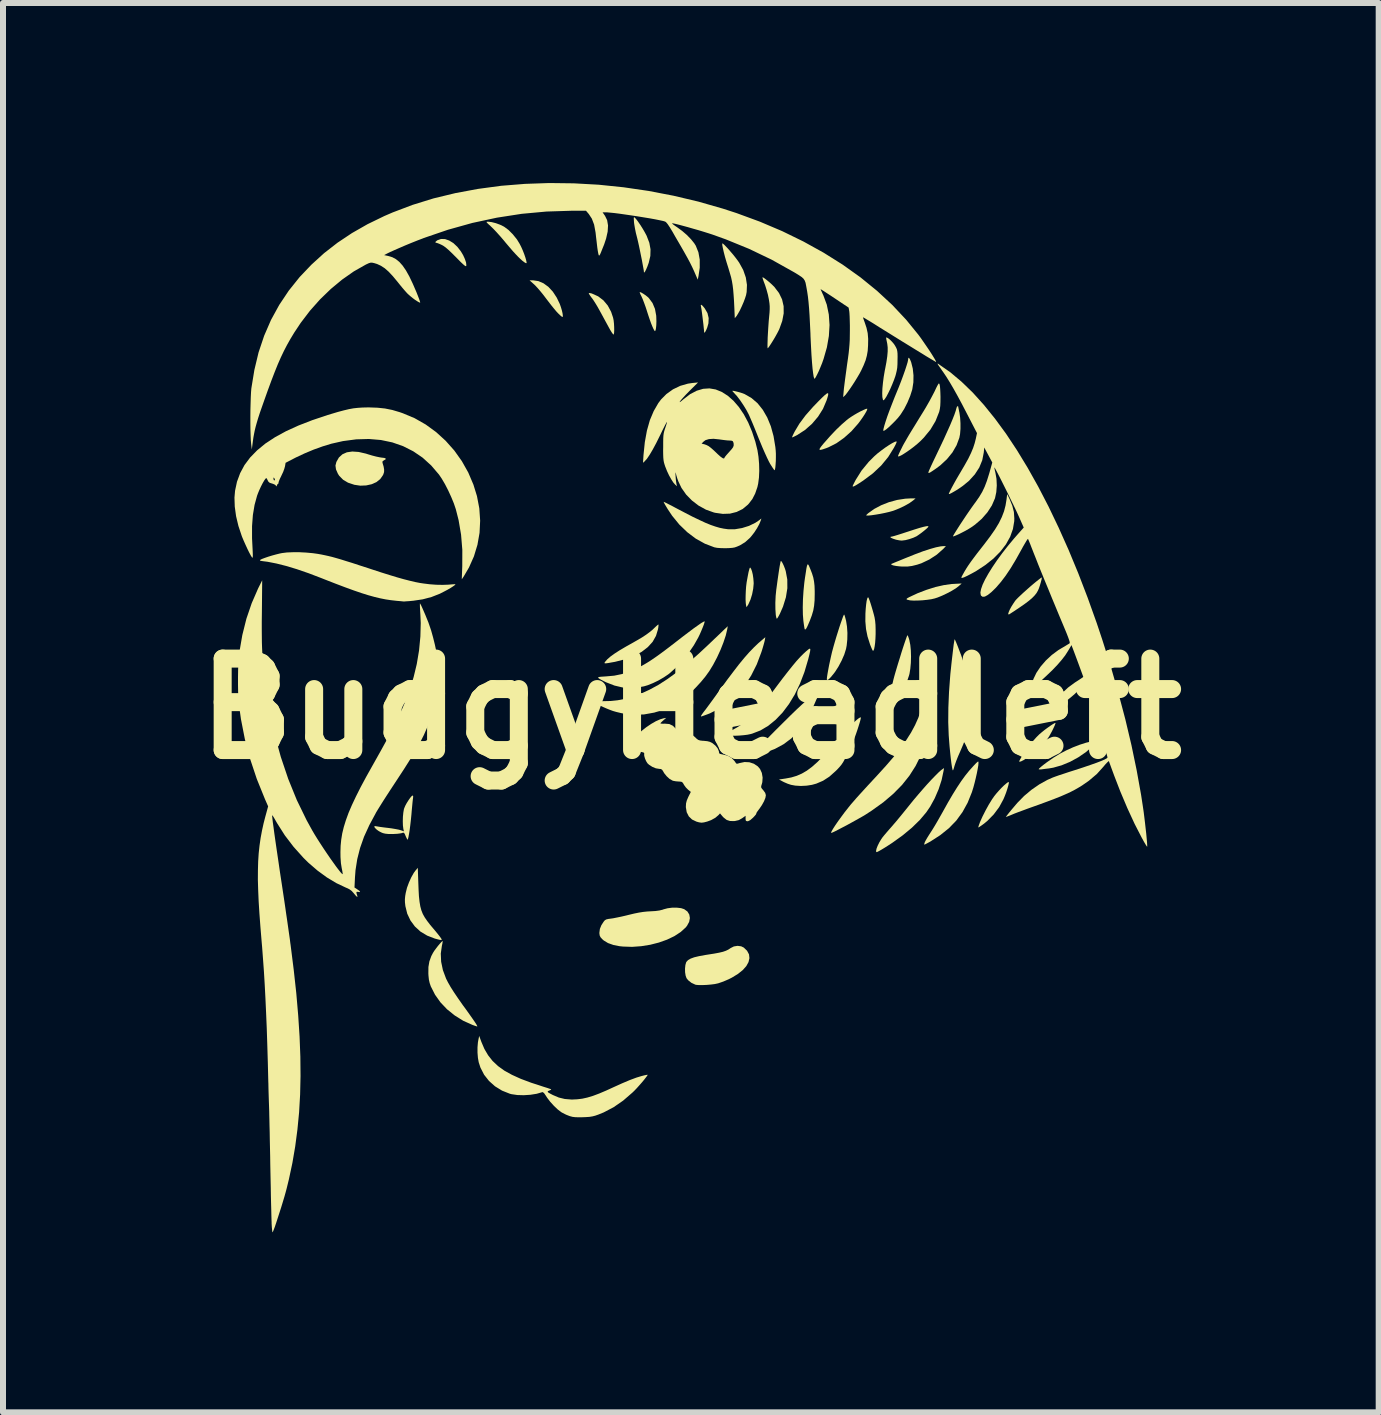
<source format=kicad_pcb>
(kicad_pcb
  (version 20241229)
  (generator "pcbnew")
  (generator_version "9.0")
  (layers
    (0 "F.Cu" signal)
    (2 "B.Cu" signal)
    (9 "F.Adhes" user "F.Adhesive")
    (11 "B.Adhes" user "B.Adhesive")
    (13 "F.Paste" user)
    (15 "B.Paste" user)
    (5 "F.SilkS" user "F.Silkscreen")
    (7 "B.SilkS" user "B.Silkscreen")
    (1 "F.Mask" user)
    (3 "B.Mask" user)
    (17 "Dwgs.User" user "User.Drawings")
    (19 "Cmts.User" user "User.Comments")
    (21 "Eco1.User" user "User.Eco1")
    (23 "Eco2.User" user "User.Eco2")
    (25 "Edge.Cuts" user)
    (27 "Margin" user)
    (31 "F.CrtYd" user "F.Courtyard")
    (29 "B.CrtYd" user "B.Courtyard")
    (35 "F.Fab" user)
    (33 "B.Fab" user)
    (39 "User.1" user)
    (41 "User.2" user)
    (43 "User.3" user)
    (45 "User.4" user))
  (footprint "BudgyHeadleft"
    (layer "F.Cu")
    (at 8.462 8.759)
    (property "Reference" "BudgyHeadleft" (at 0 0 0) (layer "F.SilkS") (effects (font (size 1.524 1.524) (thickness 0.3))))
    (attr board_only exclude_from_pos_files exclude_from_bom)
    (fp_poly (pts (xy 0.192 -6.717) (xy 0.223 -6.681) (xy 0.231 -6.671) (xy 0.277 -6.592) (xy 0.297 -6.509) (xy 0.293 -6.421) (xy 0.273 -6.351) (xy 0.256 -6.31) (xy 0.24 -6.28) (xy 0.227 -6.265) (xy 0.222 -6.269) (xy 0.221 -6.271) (xy 0.22 -6.299) (xy 0.215 -6.345) (xy 0.209 -6.404) (xy 0.201 -6.47) (xy 0.193 -6.537) (xy 0.185 -6.599) (xy 0.178 -6.65) (xy 0.172 -6.684) (xy 0.17 -6.693) (xy 0.165 -6.723) (xy 0.172 -6.731)) (stroke (width 0) (type solid)) (fill yes) (layer "F.SilkS"))
    (fp_poly (pts (xy 3.745 -3.504) (xy 3.706 -3.471) (xy 3.645 -3.427) (xy 3.566 -3.382) (xy 3.479 -3.34) (xy 3.39 -3.304) (xy 3.367 -3.296) (xy 3.307 -3.279) (xy 3.234 -3.262) (xy 3.155 -3.246) (xy 3.078 -3.233) (xy 3.009 -3.223) (xy 2.956 -3.218) (xy 2.942 -3.218) (xy 2.925 -3.219) (xy 2.923 -3.226) (xy 2.939 -3.242) (xy 2.957 -3.258) (xy 3.055 -3.328) (xy 3.172 -3.39) (xy 3.301 -3.441) (xy 3.437 -3.478) (xy 3.573 -3.499) (xy 3.665 -3.504)) (stroke (width 0) (type solid)) (fill yes) (layer "F.SilkS"))
    (fp_poly (pts (xy 2.29 -5.246) (xy 2.286 -5.217) (xy 2.272 -5.169) (xy 2.261 -5.135) (xy 2.202 -4.996) (xy 2.12 -4.866) (xy 2.019 -4.747) (xy 1.902 -4.644) (xy 1.773 -4.56) (xy 1.749 -4.548) (xy 1.715 -4.531) (xy 1.692 -4.521) (xy 1.687 -4.52) (xy 1.689 -4.531) (xy 1.701 -4.559) (xy 1.721 -4.6) (xy 1.732 -4.621) (xy 1.809 -4.75) (xy 1.911 -4.887) (xy 2.038 -5.031) (xy 2.123 -5.119) (xy 2.186 -5.182) (xy 2.233 -5.226) (xy 2.265 -5.251) (xy 2.284 -5.258)) (stroke (width 0) (type solid)) (fill yes) (layer "F.SilkS"))
    (fp_poly (pts (xy 0.989 -2.352) (xy 1.004 -2.33) (xy 1.019 -2.289) (xy 1.032 -2.235) (xy 1.041 -2.173) (xy 1.046 -2.111) (xy 1.047 -2.084) (xy 1.039 -1.998) (xy 1.021 -1.906) (xy 0.994 -1.818) (xy 0.961 -1.744) (xy 0.952 -1.728) (xy 0.928 -1.691) (xy 0.92 -1.721) (xy 0.915 -1.76) (xy 0.912 -1.818) (xy 0.913 -1.887) (xy 0.916 -1.962) (xy 0.921 -2.035) (xy 0.929 -2.1) (xy 0.931 -2.113) (xy 0.948 -2.206) (xy 0.961 -2.274) (xy 0.973 -2.32) (xy 0.981 -2.345) (xy 0.989 -2.352)) (stroke (width 0) (type solid)) (fill yes) (layer "F.SilkS"))
    (fp_poly (pts (xy 4.461 -2.04) (xy 4.412 -2.003) (xy 4.346 -1.963) (xy 4.269 -1.922) (xy 4.189 -1.884) (xy 4.113 -1.853) (xy 4.064 -1.837) (xy 4.008 -1.824) (xy 3.938 -1.814) (xy 3.86 -1.806) (xy 3.782 -1.802) (xy 3.713 -1.801) (xy 3.659 -1.804) (xy 3.647 -1.806) (xy 3.607 -1.815) (xy 3.592 -1.825) (xy 3.603 -1.838) (xy 3.638 -1.858) (xy 3.64 -1.859) (xy 3.782 -1.925) (xy 3.929 -1.981) (xy 4.075 -2.027) (xy 4.216 -2.059) (xy 4.344 -2.077) (xy 4.377 -2.079) (xy 4.513 -2.086)) (stroke (width 0) (type solid)) (fill yes) (layer "F.SilkS"))
    (fp_poly (pts (xy -2.541 -7.125) (xy -2.455 -7.088) (xy -2.374 -7.029) (xy -2.3 -6.949) (xy -2.235 -6.85) (xy -2.184 -6.744) (xy -2.165 -6.69) (xy -2.149 -6.636) (xy -2.138 -6.588) (xy -2.133 -6.55) (xy -2.135 -6.529) (xy -2.139 -6.526) (xy -2.153 -6.534) (xy -2.18 -6.557) (xy -2.212 -6.588) (xy -2.242 -6.62) (xy -2.282 -6.668) (xy -2.329 -6.726) (xy -2.378 -6.79) (xy -2.405 -6.825) (xy -2.455 -6.891) (xy -2.506 -6.954) (xy -2.555 -7.011) (xy -2.595 -7.054) (xy -2.612 -7.07) (xy -2.688 -7.138) (xy -2.63 -7.138)) (stroke (width 0) (type solid)) (fill yes) (layer "F.SilkS"))
    (fp_poly (pts (xy 4.207 -2.663) (xy 4.099 -2.567) (xy 3.975 -2.486) (xy 3.842 -2.423) (xy 3.77 -2.399) (xy 3.685 -2.378) (xy 3.607 -2.368) (xy 3.523 -2.368) (xy 3.47 -2.372) (xy 3.42 -2.378) (xy 3.378 -2.386) (xy 3.353 -2.394) (xy 3.352 -2.394) (xy 3.337 -2.405) (xy 3.343 -2.413) (xy 3.361 -2.42) (xy 3.384 -2.43) (xy 3.425 -2.447) (xy 3.482 -2.47) (xy 3.547 -2.497) (xy 3.589 -2.514) (xy 3.736 -2.573) (xy 3.869 -2.623) (xy 3.986 -2.661) (xy 4.085 -2.689) (xy 4.165 -2.705) (xy 4.213 -2.709) (xy 4.251 -2.709)) (stroke (width 0) (type solid)) (fill yes) (layer "F.SilkS"))
    (fp_poly (pts (xy 6.698 0.625) (xy 6.583 0.724) (xy 6.454 0.812) (xy 6.318 0.886) (xy 6.178 0.944) (xy 6.04 0.983) (xy 5.966 0.996) (xy 5.914 1.002) (xy 5.865 1.008) (xy 5.845 1.011) (xy 5.814 1.013) (xy 5.797 1.009) (xy 5.796 1.007) (xy 5.807 0.994) (xy 5.835 0.969) (xy 5.877 0.935) (xy 5.93 0.895) (xy 5.99 0.853) (xy 6.052 0.81) (xy 6.053 0.81) (xy 6.149 0.751) (xy 6.256 0.695) (xy 6.368 0.644) (xy 6.48 0.601) (xy 6.586 0.567) (xy 6.679 0.545) (xy 6.718 0.54) (xy 6.793 0.532)) (stroke (width 0) (type solid)) (fill yes) (layer "F.SilkS"))
    (fp_poly (pts (xy -4.096 -7.825) (xy -4.027 -7.801) (xy -3.957 -7.758) (xy -3.89 -7.695) (xy -3.832 -7.62) (xy -3.794 -7.556) (xy -3.765 -7.492) (xy -3.746 -7.435) (xy -3.741 -7.39) (xy -3.742 -7.383) (xy -3.745 -7.374) (xy -3.754 -7.374) (xy -3.771 -7.385) (xy -3.797 -7.407) (xy -3.836 -7.444) (xy -3.889 -7.498) (xy -3.916 -7.525) (xy -3.986 -7.595) (xy -4.042 -7.648) (xy -4.088 -7.687) (xy -4.126 -7.714) (xy -4.156 -7.73) (xy -4.196 -7.748) (xy -4.229 -7.76) (xy -4.243 -7.763) (xy -4.258 -7.769) (xy -4.252 -7.783) (xy -4.226 -7.804) (xy -4.222 -7.806) (xy -4.162 -7.827)) (stroke (width 0) (type solid)) (fill yes) (layer "F.SilkS"))
    (fp_poly (pts (xy 1.514 -2.45) (xy 1.531 -2.42) (xy 1.551 -2.377) (xy 1.57 -2.327) (xy 1.581 -2.292) (xy 1.607 -2.153) (xy 1.608 -2.007) (xy 1.584 -1.856) (xy 1.536 -1.701) (xy 1.484 -1.582) (xy 1.462 -1.541) (xy 1.444 -1.511) (xy 1.433 -1.498) (xy 1.433 -1.498) (xy 1.426 -1.51) (xy 1.419 -1.54) (xy 1.415 -1.566) (xy 1.409 -1.658) (xy 1.408 -1.765) (xy 1.413 -1.878) (xy 1.424 -1.987) (xy 1.426 -1.999) (xy 1.443 -2.126) (xy 1.458 -2.23) (xy 1.47 -2.311) (xy 1.48 -2.373) (xy 1.488 -2.416) (xy 1.494 -2.444) (xy 1.498 -2.459) (xy 1.501 -2.462)) (stroke (width 0) (type solid)) (fill yes) (layer "F.SilkS"))
    (fp_poly (pts (xy 3.43 -4.447) (xy 3.425 -4.43) (xy 3.41 -4.397) (xy 3.383 -4.346) (xy 3.288 -4.193) (xy 3.172 -4.052) (xy 3.033 -3.921) (xy 2.871 -3.8) (xy 2.859 -3.792) (xy 2.796 -3.751) (xy 2.751 -3.723) (xy 2.721 -3.707) (xy 2.704 -3.701) (xy 2.697 -3.704) (xy 2.696 -3.709) (xy 2.702 -3.724) (xy 2.718 -3.756) (xy 2.74 -3.799) (xy 2.75 -3.817) (xy 2.845 -3.968) (xy 2.964 -4.113) (xy 3.055 -4.204) (xy 3.109 -4.252) (xy 3.172 -4.301) (xy 3.237 -4.349) (xy 3.3 -4.391) (xy 3.356 -4.425) (xy 3.4 -4.447) (xy 3.414 -4.451) (xy 3.426 -4.453)) (stroke (width 0) (type solid)) (fill yes) (layer "F.SilkS"))
    (fp_poly (pts (xy 2.939 -4.998) (xy 2.938 -4.982) (xy 2.923 -4.95) (xy 2.898 -4.907) (xy 2.865 -4.856) (xy 2.827 -4.802) (xy 2.788 -4.75) (xy 2.675 -4.622) (xy 2.553 -4.513) (xy 2.426 -4.423) (xy 2.296 -4.357) (xy 2.259 -4.342) (xy 2.2 -4.322) (xy 2.162 -4.312) (xy 2.144 -4.315) (xy 2.146 -4.331) (xy 2.167 -4.363) (xy 2.207 -4.413) (xy 2.223 -4.431) (xy 2.322 -4.543) (xy 2.419 -4.646) (xy 2.512 -4.735) (xy 2.596 -4.808) (xy 2.625 -4.831) (xy 2.668 -4.861) (xy 2.72 -4.894) (xy 2.775 -4.926) (xy 2.829 -4.955) (xy 2.878 -4.978) (xy 2.915 -4.994) (xy 2.937 -4.999)) (stroke (width 0) (type solid)) (fill yes) (layer "F.SilkS"))
    (fp_poly (pts (xy -1.656 -6.92) (xy -1.645 -6.916) (xy -1.545 -6.871) (xy -1.458 -6.805) (xy -1.385 -6.718) (xy -1.329 -6.614) (xy -1.296 -6.516) (xy -1.287 -6.472) (xy -1.281 -6.418) (xy -1.278 -6.362) (xy -1.277 -6.309) (xy -1.279 -6.265) (xy -1.284 -6.239) (xy -1.288 -6.234) (xy -1.298 -6.242) (xy -1.317 -6.268) (xy -1.343 -6.31) (xy -1.369 -6.357) (xy -1.43 -6.469) (xy -1.48 -6.561) (xy -1.521 -6.636) (xy -1.554 -6.695) (xy -1.582 -6.742) (xy -1.606 -6.78) (xy -1.627 -6.812) (xy -1.646 -6.839) (xy -1.65 -6.843) (xy -1.677 -6.88) (xy -1.696 -6.91) (xy -1.702 -6.925) (xy -1.702 -6.926) (xy -1.686 -6.926)) (stroke (width 0) (type solid)) (fill yes) (layer "F.SilkS"))
    (fp_poly (pts (xy -0.828 -6.935) (xy -0.792 -6.914) (xy -0.751 -6.886) (xy -0.714 -6.856) (xy -0.701 -6.843) (xy -0.639 -6.76) (xy -0.598 -6.662) (xy -0.577 -6.548) (xy -0.576 -6.523) (xy -0.574 -6.454) (xy -0.576 -6.391) (xy -0.581 -6.34) (xy -0.588 -6.305) (xy -0.598 -6.291) (xy -0.599 -6.291) (xy -0.609 -6.302) (xy -0.625 -6.332) (xy -0.643 -6.372) (xy -0.643 -6.373) (xy -0.661 -6.417) (xy -0.683 -6.478) (xy -0.707 -6.549) (xy -0.73 -6.62) (xy -0.731 -6.624) (xy -0.754 -6.694) (xy -0.779 -6.763) (xy -0.802 -6.823) (xy -0.821 -6.866) (xy -0.822 -6.868) (xy -0.841 -6.906) (xy -0.851 -6.933) (xy -0.853 -6.943)) (stroke (width 0) (type solid)) (fill yes) (layer "F.SilkS"))
    (fp_poly (pts (xy 2.957 -1.854) (xy 2.966 -1.836) (xy 2.98 -1.799) (xy 2.997 -1.748) (xy 3.015 -1.689) (xy 3.033 -1.628) (xy 3.049 -1.57) (xy 3.061 -1.522) (xy 3.062 -1.517) (xy 3.071 -1.462) (xy 3.077 -1.395) (xy 3.079 -1.32) (xy 3.079 -1.243) (xy 3.076 -1.168) (xy 3.071 -1.098) (xy 3.063 -1.039) (xy 3.054 -0.994) (xy 3.043 -0.968) (xy 3.035 -0.964) (xy 3.026 -0.975) (xy 3.012 -1.006) (xy 2.994 -1.05) (xy 2.985 -1.074) (xy 2.944 -1.203) (xy 2.919 -1.327) (xy 2.908 -1.455) (xy 2.909 -1.583) (xy 2.914 -1.665) (xy 2.921 -1.737) (xy 2.929 -1.794) (xy 2.939 -1.835) (xy 2.949 -1.854)) (stroke (width 0) (type solid)) (fill yes) (layer "F.SilkS"))
    (fp_poly (pts (xy 5.299 1.224) (xy 5.298 1.245) (xy 5.289 1.284) (xy 5.274 1.336) (xy 5.255 1.394) (xy 5.233 1.452) (xy 5.211 1.504) (xy 5.21 1.507) (xy 5.138 1.64) (xy 5.047 1.762) (xy 4.942 1.869) (xy 4.888 1.914) (xy 4.847 1.944) (xy 4.813 1.967) (xy 4.794 1.979) (xy 4.791 1.98) (xy 4.791 1.969) (xy 4.8 1.94) (xy 4.815 1.9) (xy 4.815 1.898) (xy 4.858 1.801) (xy 4.91 1.698) (xy 4.965 1.598) (xy 5.02 1.509) (xy 5.054 1.46) (xy 5.09 1.415) (xy 5.132 1.367) (xy 5.175 1.321) (xy 5.217 1.28) (xy 5.254 1.248) (xy 5.282 1.227) (xy 5.297 1.222)) (stroke (width 0) (type solid)) (fill yes) (layer "F.SilkS"))
    (fp_poly (pts (xy 5.849 -2.185) (xy 5.844 -2.153) (xy 5.832 -2.106) (xy 5.816 -2.052) (xy 5.799 -2.002) (xy 5.783 -1.966) (xy 5.76 -1.926) (xy 5.729 -1.887) (xy 5.689 -1.846) (xy 5.637 -1.801) (xy 5.571 -1.751) (xy 5.488 -1.693) (xy 5.387 -1.625) (xy 5.305 -1.572) (xy 5.291 -1.571) (xy 5.288 -1.58) (xy 5.296 -1.608) (xy 5.314 -1.65) (xy 5.341 -1.7) (xy 5.373 -1.751) (xy 5.404 -1.797) (xy 5.42 -1.816) (xy 5.449 -1.846) (xy 5.489 -1.884) (xy 5.538 -1.93) (xy 5.592 -1.978) (xy 5.648 -2.028) (xy 5.703 -2.075) (xy 5.754 -2.117) (xy 5.797 -2.151) (xy 5.828 -2.175) (xy 5.846 -2.186)) (stroke (width 0) (type solid)) (fill yes) (layer "F.SilkS"))
    (fp_poly (pts (xy 3.96 -3.036) (xy 3.96 -3.035) (xy 3.95 -3.021) (xy 3.924 -2.996) (xy 3.887 -2.965) (xy 3.844 -2.931) (xy 3.801 -2.9) (xy 3.763 -2.874) (xy 3.759 -2.872) (xy 3.707 -2.848) (xy 3.643 -2.826) (xy 3.578 -2.809) (xy 3.523 -2.802) (xy 3.511 -2.801) (xy 3.474 -2.805) (xy 3.427 -2.814) (xy 3.409 -2.819) (xy 3.367 -2.833) (xy 3.338 -2.846) (xy 3.324 -2.858) (xy 3.33 -2.865) (xy 3.341 -2.866) (xy 3.36 -2.87) (xy 3.4 -2.881) (xy 3.456 -2.898) (xy 3.525 -2.92) (xy 3.601 -2.945) (xy 3.614 -2.949) (xy 3.724 -2.985) (xy 3.811 -3.012) (xy 3.877 -3.03) (xy 3.923 -3.04) (xy 3.95 -3.042)) (stroke (width 0) (type solid)) (fill yes) (layer "F.SilkS"))
    (fp_poly (pts (xy 6.077 0.238) (xy 6.074 0.251) (xy 6.062 0.283) (xy 6.041 0.328) (xy 6.018 0.375) (xy 5.972 0.459) (xy 5.924 0.53) (xy 5.864 0.6) (xy 5.855 0.609) (xy 5.809 0.655) (xy 5.756 0.702) (xy 5.699 0.749) (xy 5.642 0.792) (xy 5.588 0.829) (xy 5.541 0.859) (xy 5.503 0.878) (xy 5.479 0.885) (xy 5.471 0.878) (xy 5.477 0.864) (xy 5.493 0.834) (xy 5.516 0.793) (xy 5.523 0.781) (xy 5.59 0.678) (xy 5.671 0.573) (xy 5.757 0.477) (xy 5.806 0.428) (xy 5.846 0.394) (xy 5.893 0.356) (xy 5.943 0.319) (xy 5.991 0.285) (xy 6.032 0.258) (xy 6.062 0.241) (xy 6.077 0.237)) (stroke (width 0) (type solid)) (fill yes) (layer "F.SilkS"))
    (fp_poly (pts (xy -0.539 -1.403) (xy -0.539 -1.389) (xy -0.542 -1.356) (xy -0.548 -1.321) (xy -0.581 -1.213) (xy -0.637 -1.114) (xy -0.717 -1.026) (xy -0.818 -0.948) (xy -0.941 -0.881) (xy -1.083 -0.827) (xy -1.246 -0.785) (xy -1.267 -0.78) (xy -1.324 -0.77) (xy -1.374 -0.761) (xy -1.41 -0.756) (xy -1.421 -0.755) (xy -1.439 -0.758) (xy -1.436 -0.771) (xy -1.43 -0.779) (xy -1.394 -0.821) (xy -1.343 -0.866) (xy -1.274 -0.916) (xy -1.186 -0.973) (xy -1.077 -1.037) (xy -1.009 -1.075) (xy -0.903 -1.135) (xy -0.816 -1.186) (xy -0.746 -1.232) (xy -0.689 -1.274) (xy -0.64 -1.314) (xy -0.608 -1.345) (xy -0.575 -1.376) (xy -0.551 -1.397) (xy -0.539 -1.403)) (stroke (width 0) (type solid)) (fill yes) (layer "F.SilkS"))
    (fp_poly (pts (xy -3.32 -8.108) (xy -3.249 -8.09) (xy -3.178 -8.064) (xy -3.115 -8.033) (xy -3.04 -7.978) (xy -2.966 -7.904) (xy -2.897 -7.818) (xy -2.853 -7.746) (xy -2.828 -7.697) (xy -2.802 -7.639) (xy -2.778 -7.578) (xy -2.758 -7.52) (xy -2.744 -7.471) (xy -2.737 -7.436) (xy -2.738 -7.424) (xy -2.749 -7.424) (xy -2.775 -7.439) (xy -2.809 -7.465) (xy -2.843 -7.496) (xy -2.879 -7.531) (xy -2.918 -7.572) (xy -2.965 -7.623) (xy -3.02 -7.687) (xy -3.088 -7.767) (xy -3.13 -7.818) (xy -3.183 -7.879) (xy -3.237 -7.939) (xy -3.288 -7.993) (xy -3.33 -8.034) (xy -3.338 -8.042) (xy -3.377 -8.077) (xy -3.399 -8.099) (xy -3.405 -8.11) (xy -3.398 -8.114) (xy -3.38 -8.115)) (stroke (width 0) (type solid)) (fill yes) (layer "F.SilkS"))
    (fp_poly (pts (xy 1.961 -2.394) (xy 1.973 -2.369) (xy 1.989 -2.331) (xy 2.019 -2.254) (xy 2.04 -2.186) (xy 2.053 -2.119) (xy 2.061 -2.046) (xy 2.064 -1.959) (xy 2.064 -1.908) (xy 2.062 -1.804) (xy 2.054 -1.716) (xy 2.04 -1.636) (xy 2.016 -1.555) (xy 1.982 -1.464) (xy 1.97 -1.436) (xy 1.944 -1.376) (xy 1.925 -1.339) (xy 1.911 -1.321) (xy 1.901 -1.321) (xy 1.897 -1.325) (xy 1.893 -1.342) (xy 1.887 -1.378) (xy 1.88 -1.428) (xy 1.875 -1.464) (xy 1.867 -1.566) (xy 1.865 -1.687) (xy 1.868 -1.82) (xy 1.877 -1.96) (xy 1.891 -2.101) (xy 1.901 -2.175) (xy 1.915 -2.265) (xy 1.925 -2.332) (xy 1.934 -2.376) (xy 1.942 -2.4) (xy 1.951 -2.405)) (stroke (width 0) (type solid)) (fill yes) (layer "F.SilkS"))
    (fp_poly (pts (xy -0.938 -8.186) (xy -0.935 -8.183) (xy -0.911 -8.157) (xy -0.879 -8.115) (xy -0.842 -8.061) (xy -0.804 -8.001) (xy -0.769 -7.941) (xy -0.74 -7.887) (xy -0.736 -7.878) (xy -0.692 -7.764) (xy -0.672 -7.655) (xy -0.675 -7.544) (xy -0.702 -7.429) (xy -0.725 -7.366) (xy -0.745 -7.319) (xy -0.762 -7.286) (xy -0.775 -7.268) (xy -0.781 -7.271) (xy -0.782 -7.274) (xy -0.784 -7.299) (xy -0.792 -7.344) (xy -0.803 -7.404) (xy -0.816 -7.476) (xy -0.832 -7.554) (xy -0.848 -7.634) (xy -0.864 -7.71) (xy -0.879 -7.778) (xy -0.892 -7.833) (xy -0.898 -7.857) (xy -0.916 -7.927) (xy -0.931 -8.001) (xy -0.942 -8.066) (xy -0.947 -8.102) (xy -0.95 -8.151) (xy -0.951 -8.178) (xy -0.947 -8.189)) (stroke (width 0) (type solid)) (fill yes) (layer "F.SilkS"))
    (fp_poly (pts (xy 1.232 -1.139) (xy 1.224 -1.106) (xy 1.21 -1.055) (xy 1.192 -0.994) (xy 1.176 -0.944) (xy 1.099 -0.739) (xy 1.005 -0.552) (xy 0.897 -0.384) (xy 0.773 -0.237) (xy 0.635 -0.111) (xy 0.483 -0.006) (xy 0.319 0.077) (xy 0.284 0.091) (xy 0.235 0.109) (xy 0.196 0.123) (xy 0.172 0.13) (xy 0.169 0.13) (xy 0.169 0.121) (xy 0.184 0.096) (xy 0.209 0.061) (xy 0.218 0.049) (xy 0.244 0.016) (xy 0.281 -0.034) (xy 0.328 -0.098) (xy 0.382 -0.172) (xy 0.439 -0.251) (xy 0.488 -0.319) (xy 0.604 -0.479) (xy 0.709 -0.618) (xy 0.803 -0.74) (xy 0.89 -0.846) (xy 0.971 -0.938) (xy 1.048 -1.018) (xy 1.122 -1.089) (xy 1.178 -1.137) (xy 1.241 -1.191)) (stroke (width 0) (type solid)) (fill yes) (layer "F.SilkS"))
    (fp_poly (pts (xy -5.536 -4.278) (xy -5.414 -4.25) (xy -5.377 -4.238) (xy -5.31 -4.218) (xy -5.244 -4.201) (xy -5.187 -4.189) (xy -5.156 -4.184) (xy -5.107 -4.178) (xy -5.084 -4.168) (xy -5.086 -4.155) (xy -5.113 -4.139) (xy -5.137 -4.123) (xy -5.139 -4.102) (xy -5.138 -4.097) (xy -5.119 -4.032) (xy -5.111 -3.983) (xy -5.112 -3.943) (xy -5.124 -3.905) (xy -5.132 -3.889) (xy -5.176 -3.826) (xy -5.24 -3.775) (xy -5.319 -3.74) (xy -5.41 -3.72) (xy -5.508 -3.716) (xy -5.609 -3.731) (xy -5.611 -3.732) (xy -5.713 -3.766) (xy -5.795 -3.815) (xy -5.859 -3.88) (xy -5.881 -3.914) (xy -5.913 -3.986) (xy -5.922 -4.051) (xy -5.907 -4.111) (xy -5.865 -4.185) (xy -5.806 -4.239) (xy -5.732 -4.272) (xy -5.642 -4.285)) (stroke (width 0) (type solid)) (fill yes) (layer "F.SilkS"))
    (fp_poly (pts (xy 2.562 -1.554) (xy 2.572 -1.52) (xy 2.584 -1.474) (xy 2.587 -1.462) (xy 2.602 -1.368) (xy 2.609 -1.262) (xy 2.607 -1.154) (xy 2.597 -1.054) (xy 2.586 -0.996) (xy 2.557 -0.903) (xy 2.513 -0.802) (xy 2.46 -0.702) (xy 2.403 -0.613) (xy 2.381 -0.584) (xy 2.334 -0.527) (xy 2.3 -0.492) (xy 2.278 -0.478) (xy 2.268 -0.483) (xy 2.266 -0.493) (xy 2.269 -0.526) (xy 2.277 -0.579) (xy 2.289 -0.646) (xy 2.303 -0.721) (xy 2.32 -0.8) (xy 2.337 -0.877) (xy 2.353 -0.946) (xy 2.358 -0.964) (xy 2.378 -1.038) (xy 2.401 -1.118) (xy 2.426 -1.202) (xy 2.452 -1.285) (xy 2.477 -1.364) (xy 2.501 -1.435) (xy 2.522 -1.494) (xy 2.538 -1.539) (xy 2.55 -1.564) (xy 2.554 -1.569)) (stroke (width 0) (type solid)) (fill yes) (layer "F.SilkS"))
    (fp_poly (pts (xy 5.312 -3.491) (xy 5.357 -3.381) (xy 5.383 -3.278) (xy 5.39 -3.172) (xy 5.389 -3.125) (xy 5.367 -2.994) (xy 5.321 -2.865) (xy 5.251 -2.739) (xy 5.157 -2.617) (xy 5.042 -2.501) (xy 4.905 -2.392) (xy 4.749 -2.29) (xy 4.676 -2.25) (xy 4.605 -2.213) (xy 4.553 -2.189) (xy 4.522 -2.179) (xy 4.508 -2.181) (xy 4.507 -2.184) (xy 4.513 -2.2) (xy 4.53 -2.232) (xy 4.554 -2.275) (xy 4.566 -2.296) (xy 4.594 -2.342) (xy 4.626 -2.391) (xy 4.665 -2.447) (xy 4.713 -2.512) (xy 4.771 -2.589) (xy 4.843 -2.681) (xy 4.89 -2.741) (xy 4.988 -2.871) (xy 5.069 -2.987) (xy 5.133 -3.093) (xy 5.182 -3.193) (xy 5.219 -3.29) (xy 5.244 -3.387) (xy 5.26 -3.484) (xy 5.271 -3.576)) (stroke (width 0) (type solid)) (fill yes) (layer "F.SilkS"))
    (fp_poly (pts (xy -4.542 2.886) (xy -4.537 3.018) (xy -4.531 3.127) (xy -4.521 3.218) (xy -4.508 3.295) (xy -4.49 3.362) (xy -4.466 3.422) (xy -4.434 3.479) (xy -4.394 3.537) (xy -4.345 3.601) (xy -4.319 3.632) (xy -4.258 3.704) (xy -4.213 3.759) (xy -4.182 3.799) (xy -4.162 3.827) (xy -4.153 3.843) (xy -4.153 3.852) (xy -4.159 3.855) (xy -4.163 3.855) (xy -4.189 3.851) (xy -4.229 3.841) (xy -4.266 3.831) (xy -4.393 3.782) (xy -4.505 3.715) (xy -4.598 3.63) (xy -4.672 3.53) (xy -4.726 3.416) (xy -4.757 3.29) (xy -4.757 3.289) (xy -4.764 3.228) (xy -4.765 3.176) (xy -4.76 3.122) (xy -4.751 3.07) (xy -4.73 2.984) (xy -4.697 2.895) (xy -4.658 2.809) (xy -4.616 2.735) (xy -4.588 2.697) (xy -4.55 2.652)) (stroke (width 0) (type solid)) (fill yes) (layer "F.SilkS"))
    (fp_poly (pts (xy 0.534 -7.75) (xy 0.557 -7.73) (xy 0.589 -7.697) (xy 0.628 -7.655) (xy 0.671 -7.605) (xy 0.715 -7.553) (xy 0.755 -7.502) (xy 0.79 -7.454) (xy 0.806 -7.431) (xy 0.873 -7.309) (xy 0.916 -7.185) (xy 0.935 -7.062) (xy 0.93 -6.943) (xy 0.92 -6.891) (xy 0.903 -6.838) (xy 0.879 -6.774) (xy 0.849 -6.705) (xy 0.818 -6.639) (xy 0.787 -6.583) (xy 0.762 -6.543) (xy 0.759 -6.539) (xy 0.732 -6.507) (xy 0.725 -6.676) (xy 0.719 -6.799) (xy 0.712 -6.9) (xy 0.705 -6.984) (xy 0.696 -7.057) (xy 0.685 -7.123) (xy 0.671 -7.187) (xy 0.652 -7.253) (xy 0.63 -7.327) (xy 0.628 -7.334) (xy 0.596 -7.436) (xy 0.569 -7.528) (xy 0.548 -7.61) (xy 0.533 -7.676) (xy 0.524 -7.724) (xy 0.523 -7.75) (xy 0.524 -7.752)) (stroke (width 0) (type solid)) (fill yes) (layer "F.SilkS"))
    (fp_poly (pts (xy 4.455 -5.036) (xy 4.455 -5.035) (xy 4.457 -5.021) (xy 4.464 -4.987) (xy 4.473 -4.942) (xy 4.475 -4.935) (xy 4.487 -4.851) (xy 4.493 -4.757) (xy 4.493 -4.662) (xy 4.486 -4.575) (xy 4.474 -4.514) (xy 4.428 -4.39) (xy 4.359 -4.27) (xy 4.267 -4.157) (xy 4.156 -4.054) (xy 4.085 -4.001) (xy 4.028 -3.962) (xy 3.989 -3.937) (xy 3.966 -3.927) (xy 3.958 -3.93) (xy 3.961 -3.947) (xy 3.973 -3.977) (xy 3.975 -3.981) (xy 3.988 -4.01) (xy 4.01 -4.059) (xy 4.04 -4.123) (xy 4.076 -4.198) (xy 4.116 -4.282) (xy 4.152 -4.357) (xy 4.214 -4.488) (xy 4.269 -4.61) (xy 4.319 -4.721) (xy 4.36 -4.819) (xy 4.392 -4.9) (xy 4.414 -4.964) (xy 4.424 -5.002) (xy 4.433 -5.029) (xy 4.443 -5.041) (xy 4.443 -5.041)) (stroke (width 0) (type solid)) (fill yes) (layer "F.SilkS"))
    (fp_poly (pts (xy 3.617 -1.213) (xy 3.629 -1.182) (xy 3.642 -1.14) (xy 3.642 -1.136) (xy 3.657 -1.062) (xy 3.666 -0.969) (xy 3.669 -0.867) (xy 3.666 -0.763) (xy 3.657 -0.665) (xy 3.643 -0.58) (xy 3.636 -0.554) (xy 3.604 -0.459) (xy 3.56 -0.354) (xy 3.508 -0.248) (xy 3.453 -0.148) (xy 3.412 -0.085) (xy 3.372 -0.028) (xy 3.343 0.01) (xy 3.325 0.027) (xy 3.315 0.027) (xy 3.31 0.009) (xy 3.309 -0.024) (xy 3.309 -0.028) (xy 3.313 -0.124) (xy 3.326 -0.235) (xy 3.346 -0.355) (xy 3.373 -0.473) (xy 3.374 -0.478) (xy 3.388 -0.531) (xy 3.407 -0.598) (xy 3.43 -0.676) (xy 3.455 -0.759) (xy 3.482 -0.845) (xy 3.508 -0.931) (xy 3.534 -1.012) (xy 3.558 -1.085) (xy 3.579 -1.146) (xy 3.595 -1.192) (xy 3.606 -1.219) (xy 3.61 -1.224)) (stroke (width 0) (type solid)) (fill yes) (layer "F.SilkS"))
    (fp_poly (pts (xy 3.65 -5.824) (xy 3.668 -5.782) (xy 3.673 -5.767) (xy 3.698 -5.667) (xy 3.71 -5.554) (xy 3.708 -5.438) (xy 3.691 -5.328) (xy 3.688 -5.314) (xy 3.655 -5.211) (xy 3.609 -5.101) (xy 3.555 -4.995) (xy 3.497 -4.904) (xy 3.486 -4.889) (xy 3.449 -4.843) (xy 3.402 -4.792) (xy 3.351 -4.741) (xy 3.302 -4.694) (xy 3.26 -4.658) (xy 3.229 -4.636) (xy 3.211 -4.629) (xy 3.206 -4.636) (xy 3.21 -4.663) (xy 3.211 -4.665) (xy 3.224 -4.716) (xy 3.246 -4.787) (xy 3.275 -4.874) (xy 3.311 -4.972) (xy 3.352 -5.078) (xy 3.395 -5.188) (xy 3.423 -5.256) (xy 3.465 -5.358) (xy 3.504 -5.458) (xy 3.539 -5.553) (xy 3.57 -5.64) (xy 3.594 -5.714) (xy 3.612 -5.773) (xy 3.62 -5.812) (xy 3.621 -5.822) (xy 3.625 -5.846) (xy 3.635 -5.846)) (stroke (width 0) (type solid)) (fill yes) (layer "F.SilkS"))
    (fp_poly (pts (xy 2.144 -0.296) (xy 2.142 -0.282) (xy 2.131 -0.248) (xy 2.112 -0.199) (xy 2.087 -0.141) (xy 2.059 -0.076) (xy 2.028 -0.009) (xy 1.998 0.055) (xy 1.985 0.08) (xy 1.892 0.242) (xy 1.788 0.38) (xy 1.673 0.497) (xy 1.544 0.593) (xy 1.4 0.671) (xy 1.238 0.732) (xy 1.155 0.756) (xy 1.094 0.771) (xy 1.043 0.783) (xy 1.006 0.791) (xy 0.99 0.795) (xy 0.989 0.795) (xy 0.996 0.786) (xy 1.02 0.76) (xy 1.058 0.72) (xy 1.11 0.666) (xy 1.173 0.601) (xy 1.246 0.527) (xy 1.327 0.445) (xy 1.415 0.356) (xy 1.424 0.347) (xy 1.551 0.221) (xy 1.661 0.112) (xy 1.756 0.02) (xy 1.837 -0.056) (xy 1.905 -0.118) (xy 1.961 -0.166) (xy 2.004 -0.2) (xy 2.055 -0.238) (xy 2.098 -0.268) (xy 2.129 -0.288) (xy 2.143 -0.296)) (stroke (width 0) (type solid)) (fill yes) (layer "F.SilkS"))
    (fp_poly (pts (xy 3.281 -6.177) (xy 3.314 -6.152) (xy 3.351 -6.116) (xy 3.385 -6.076) (xy 3.406 -6.043) (xy 3.423 -6.012) (xy 3.434 -5.985) (xy 3.44 -5.956) (xy 3.444 -5.918) (xy 3.445 -5.865) (xy 3.444 -5.816) (xy 3.443 -5.74) (xy 3.439 -5.68) (xy 3.43 -5.628) (xy 3.417 -5.574) (xy 3.408 -5.542) (xy 3.385 -5.477) (xy 3.356 -5.404) (xy 3.324 -5.33) (xy 3.29 -5.26) (xy 3.259 -5.201) (xy 3.233 -5.161) (xy 3.232 -5.16) (xy 3.215 -5.14) (xy 3.205 -5.14) (xy 3.2 -5.151) (xy 3.191 -5.193) (xy 3.189 -5.256) (xy 3.192 -5.336) (xy 3.201 -5.429) (xy 3.214 -5.53) (xy 3.232 -5.636) (xy 3.237 -5.659) (xy 3.259 -5.776) (xy 3.273 -5.872) (xy 3.28 -5.952) (xy 3.28 -6.02) (xy 3.273 -6.08) (xy 3.265 -6.119) (xy 3.257 -6.157) (xy 3.254 -6.181) (xy 3.256 -6.187)) (stroke (width 0) (type solid)) (fill yes) (layer "F.SilkS"))
    (fp_poly (pts (xy 4.792 0.887) (xy 4.793 0.904) (xy 4.79 0.944) (xy 4.78 1.003) (xy 4.766 1.076) (xy 4.748 1.156) (xy 4.728 1.238) (xy 4.707 1.316) (xy 4.686 1.383) (xy 4.682 1.395) (xy 4.612 1.568) (xy 4.526 1.724) (xy 4.423 1.865) (xy 4.301 1.991) (xy 4.157 2.107) (xy 3.991 2.214) (xy 3.971 2.225) (xy 3.932 2.246) (xy 3.903 2.261) (xy 3.89 2.266) (xy 3.889 2.256) (xy 3.897 2.23) (xy 3.9 2.222) (xy 3.915 2.193) (xy 3.941 2.148) (xy 3.973 2.097) (xy 3.995 2.063) (xy 4.027 2.013) (xy 4.068 1.946) (xy 4.113 1.869) (xy 4.159 1.788) (xy 4.194 1.726) (xy 4.282 1.568) (xy 4.362 1.431) (xy 4.436 1.312) (xy 4.505 1.208) (xy 4.571 1.117) (xy 4.637 1.035) (xy 4.705 0.959) (xy 4.717 0.946) (xy 4.753 0.908) (xy 4.776 0.887) (xy 4.788 0.88)) (stroke (width 0) (type solid)) (fill yes) (layer "F.SilkS"))
    (fp_poly (pts (xy 4.211 1.038) (xy 4.179 1.188) (xy 4.129 1.342) (xy 4.064 1.493) (xy 3.988 1.632) (xy 3.924 1.726) (xy 3.816 1.854) (xy 3.684 1.983) (xy 3.531 2.11) (xy 3.36 2.233) (xy 3.276 2.288) (xy 3.225 2.32) (xy 3.177 2.349) (xy 3.14 2.37) (xy 3.129 2.376) (xy 3.102 2.389) (xy 3.09 2.389) (xy 3.087 2.374) (xy 3.087 2.368) (xy 3.094 2.333) (xy 3.113 2.284) (xy 3.14 2.229) (xy 3.172 2.176) (xy 3.194 2.144) (xy 3.22 2.112) (xy 3.258 2.067) (xy 3.302 2.016) (xy 3.334 1.98) (xy 3.371 1.937) (xy 3.421 1.879) (xy 3.479 1.809) (xy 3.541 1.733) (xy 3.605 1.654) (xy 3.638 1.613) (xy 3.709 1.525) (xy 3.785 1.435) (xy 3.861 1.347) (xy 3.936 1.262) (xy 4.007 1.185) (xy 4.072 1.118) (xy 4.126 1.064) (xy 4.168 1.026) (xy 4.183 1.015) (xy 4.219 0.989)) (stroke (width 0) (type solid)) (fill yes) (layer "F.SilkS"))
    (fp_poly (pts (xy -4.136 3.885) (xy -4.141 3.917) (xy -4.149 3.953) (xy -4.167 4.081) (xy -4.161 4.217) (xy -4.132 4.356) (xy -4.08 4.495) (xy -4.079 4.498) (xy -4.047 4.561) (xy -4.005 4.635) (xy -3.95 4.722) (xy -3.881 4.824) (xy -3.797 4.944) (xy -3.759 4.995) (xy -3.689 5.093) (xy -3.635 5.17) (xy -3.595 5.228) (xy -3.57 5.268) (xy -3.559 5.29) (xy -3.558 5.295) (xy -3.572 5.293) (xy -3.602 5.283) (xy -3.641 5.269) (xy -3.794 5.2) (xy -3.935 5.112) (xy -4.063 5.009) (xy -4.173 4.893) (xy -4.263 4.766) (xy -4.331 4.632) (xy -4.332 4.631) (xy -4.352 4.573) (xy -4.365 4.516) (xy -4.372 4.449) (xy -4.374 4.414) (xy -4.373 4.305) (xy -4.357 4.211) (xy -4.325 4.123) (xy -4.298 4.071) (xy -4.277 4.037) (xy -4.248 3.998) (xy -4.216 3.956) (xy -4.185 3.919) (xy -4.158 3.889) (xy -4.14 3.873) (xy -4.135 3.871)) (stroke (width 0) (type solid)) (fill yes) (layer "F.SilkS"))
    (fp_poly (pts (xy 1.206 -7.185) (xy 1.233 -7.167) (xy 1.269 -7.139) (xy 1.31 -7.105) (xy 1.351 -7.068) (xy 1.387 -7.032) (xy 1.392 -7.027) (xy 1.469 -6.926) (xy 1.52 -6.82) (xy 1.546 -6.707) (xy 1.547 -6.587) (xy 1.523 -6.461) (xy 1.475 -6.327) (xy 1.464 -6.304) (xy 1.442 -6.261) (xy 1.414 -6.21) (xy 1.382 -6.155) (xy 1.35 -6.103) (xy 1.321 -6.058) (xy 1.298 -6.024) (xy 1.282 -6.006) (xy 1.28 -6.005) (xy 1.278 -6.017) (xy 1.277 -6.05) (xy 1.278 -6.1) (xy 1.28 -6.162) (xy 1.28 -6.177) (xy 1.285 -6.264) (xy 1.291 -6.362) (xy 1.298 -6.46) (xy 1.304 -6.524) (xy 1.311 -6.6) (xy 1.314 -6.658) (xy 1.314 -6.707) (xy 1.31 -6.754) (xy 1.302 -6.808) (xy 1.299 -6.826) (xy 1.284 -6.899) (xy 1.262 -6.979) (xy 1.239 -7.052) (xy 1.233 -7.069) (xy 1.214 -7.119) (xy 1.2 -7.159) (xy 1.193 -7.184) (xy 1.193 -7.188)) (stroke (width 0) (type solid)) (fill yes) (layer "F.SilkS"))
    (fp_poly (pts (xy 0.839 3.96) (xy 0.882 3.981) (xy 0.937 4.034) (xy 0.969 4.094) (xy 0.976 4.157) (xy 0.961 4.223) (xy 0.924 4.29) (xy 0.865 4.356) (xy 0.785 4.42) (xy 0.685 4.481) (xy 0.632 4.508) (xy 0.572 4.534) (xy 0.51 4.558) (xy 0.457 4.576) (xy 0.449 4.578) (xy 0.398 4.589) (xy 0.334 4.597) (xy 0.264 4.603) (xy 0.195 4.606) (xy 0.135 4.606) (xy 0.089 4.602) (xy 0.075 4.599) (xy 0.009 4.568) (xy -0.045 4.525) (xy -0.072 4.491) (xy -0.087 4.449) (xy -0.096 4.392) (xy -0.097 4.33) (xy -0.091 4.272) (xy -0.078 4.226) (xy -0.072 4.217) (xy -0.046 4.189) (xy -0.004 4.165) (xy 0.056 4.143) (xy 0.136 4.124) (xy 0.239 4.105) (xy 0.29 4.097) (xy 0.392 4.081) (xy 0.472 4.066) (xy 0.535 4.051) (xy 0.584 4.034) (xy 0.624 4.015) (xy 0.659 3.992) (xy 0.663 3.989) (xy 0.717 3.962) (xy 0.779 3.952)) (stroke (width 0) (type solid)) (fill yes) (layer "F.SilkS"))
    (fp_poly (pts (xy 0.731 -5.292) (xy 0.772 -5.282) (xy 0.817 -5.27) (xy 0.861 -5.256) (xy 0.897 -5.242) (xy 0.898 -5.241) (xy 1.011 -5.176) (xy 1.112 -5.089) (xy 1.199 -4.98) (xy 1.273 -4.852) (xy 1.333 -4.706) (xy 1.378 -4.542) (xy 1.408 -4.361) (xy 1.414 -4.303) (xy 1.417 -4.25) (xy 1.417 -4.19) (xy 1.416 -4.128) (xy 1.412 -4.07) (xy 1.408 -4.021) (xy 1.402 -3.987) (xy 1.396 -3.973) (xy 1.395 -3.973) (xy 1.385 -3.983) (xy 1.365 -4.011) (xy 1.339 -4.052) (xy 1.321 -4.08) (xy 1.298 -4.123) (xy 1.268 -4.185) (xy 1.233 -4.262) (xy 1.195 -4.348) (xy 1.157 -4.44) (xy 1.132 -4.5) (xy 1.096 -4.59) (xy 1.061 -4.677) (xy 1.028 -4.757) (xy 0.999 -4.824) (xy 0.977 -4.875) (xy 0.967 -4.898) (xy 0.925 -4.978) (xy 0.874 -5.061) (xy 0.82 -5.141) (xy 0.767 -5.21) (xy 0.744 -5.235) (xy 0.716 -5.266) (xy 0.696 -5.288) (xy 0.69 -5.295) (xy 0.702 -5.297)) (stroke (width 0) (type solid)) (fill yes) (layer "F.SilkS"))
    (fp_poly (pts (xy -0.441 -3.442) (xy -0.409 -3.427) (xy -0.363 -3.403) (xy -0.304 -3.373) (xy -0.254 -3.346) (xy -0.103 -3.267) (xy 0.028 -3.199) (xy 0.143 -3.144) (xy 0.242 -3.098) (xy 0.33 -3.062) (xy 0.408 -3.035) (xy 0.48 -3.014) (xy 0.547 -3) (xy 0.612 -2.991) (xy 0.625 -2.99) (xy 0.736 -2.99) (xy 0.853 -3.01) (xy 0.969 -3.046) (xy 1.074 -3.097) (xy 1.131 -3.135) (xy 1.175 -3.169) (xy 1.166 -3.138) (xy 1.141 -3.077) (xy 1.103 -3.007) (xy 1.056 -2.935) (xy 1.006 -2.871) (xy 0.982 -2.844) (xy 0.904 -2.774) (xy 0.822 -2.724) (xy 0.812 -2.719) (xy 0.768 -2.7) (xy 0.731 -2.687) (xy 0.692 -2.68) (xy 0.642 -2.676) (xy 0.586 -2.674) (xy 0.505 -2.675) (xy 0.437 -2.68) (xy 0.391 -2.689) (xy 0.234 -2.749) (xy 0.083 -2.833) (xy -0.059 -2.94) (xy -0.192 -3.068) (xy -0.313 -3.216) (xy -0.386 -3.326) (xy -0.415 -3.374) (xy -0.438 -3.413) (xy -0.451 -3.439) (xy -0.453 -3.446)) (stroke (width 0) (type solid)) (fill yes) (layer "F.SilkS"))
    (fp_poly (pts (xy 1.991 -0.986) (xy 1.987 -0.954) (xy 1.975 -0.901) (xy 1.956 -0.825) (xy 1.955 -0.821) (xy 1.893 -0.611) (xy 1.818 -0.416) (xy 1.732 -0.237) (xy 1.635 -0.077) (xy 1.528 0.065) (xy 1.412 0.186) (xy 1.289 0.286) (xy 1.159 0.363) (xy 1.022 0.416) (xy 0.996 0.423) (xy 0.944 0.434) (xy 0.879 0.442) (xy 0.81 0.448) (xy 0.744 0.451) (xy 0.689 0.451) (xy 0.664 0.448) (xy 0.627 0.442) (xy 0.589 0.435) (xy 0.571 0.432) (xy 0.565 0.427) (xy 0.573 0.418) (xy 0.597 0.404) (xy 0.639 0.381) (xy 0.68 0.361) (xy 0.767 0.314) (xy 0.848 0.262) (xy 0.927 0.203) (xy 1.005 0.133) (xy 1.086 0.052) (xy 1.172 -0.043) (xy 1.264 -0.156) (xy 1.366 -0.287) (xy 1.419 -0.358) (xy 1.522 -0.495) (xy 1.613 -0.612) (xy 1.692 -0.711) (xy 1.761 -0.794) (xy 1.823 -0.862) (xy 1.878 -0.917) (xy 1.915 -0.951) (xy 1.949 -0.98) (xy 1.972 -0.997) (xy 1.986 -1)) (stroke (width 0) (type solid)) (fill yes) (layer "F.SilkS"))
    (fp_poly (pts (xy 4.402 -1.147) (xy 4.415 -1.118) (xy 4.434 -1.073) (xy 4.456 -1.017) (xy 4.48 -0.953) (xy 4.505 -0.888) (xy 4.527 -0.824) (xy 4.545 -0.771) (xy 4.595 -0.596) (xy 4.633 -0.42) (xy 4.658 -0.248) (xy 4.67 -0.086) (xy 4.666 0.062) (xy 4.664 0.087) (xy 4.647 0.22) (xy 4.622 0.345) (xy 4.587 0.467) (xy 4.539 0.595) (xy 4.483 0.726) (xy 4.454 0.792) (xy 4.426 0.861) (xy 4.404 0.921) (xy 4.392 0.959) (xy 4.379 1.004) (xy 4.37 1.025) (xy 4.364 1.027) (xy 4.36 1.015) (xy 4.351 0.971) (xy 4.341 0.905) (xy 4.331 0.823) (xy 4.321 0.729) (xy 4.311 0.627) (xy 4.303 0.524) (xy 4.297 0.443) (xy 4.289 0.225) (xy 4.291 -0.016) (xy 4.302 -0.276) (xy 4.319 -0.508) (xy 4.325 -0.584) (xy 4.334 -0.667) (xy 4.343 -0.755) (xy 4.353 -0.843) (xy 4.363 -0.927) (xy 4.372 -1.004) (xy 4.38 -1.069) (xy 4.388 -1.119) (xy 4.393 -1.149) (xy 4.395 -1.156)) (stroke (width 0) (type solid)) (fill yes) (layer "F.SilkS"))
    (fp_poly (pts (xy -0.163 3.324) (xy -0.111 3.341) (xy -0.057 3.38) (xy -0.026 3.431) (xy -0.016 3.489) (xy -0.028 3.552) (xy -0.063 3.617) (xy -0.086 3.646) (xy -0.17 3.722) (xy -0.274 3.79) (xy -0.397 3.849) (xy -0.532 3.897) (xy -0.677 3.934) (xy -0.827 3.958) (xy -0.979 3.969) (xy -1.129 3.964) (xy -1.188 3.958) (xy -1.29 3.938) (xy -1.38 3.906) (xy -1.451 3.863) (xy -1.475 3.842) (xy -1.505 3.809) (xy -1.519 3.78) (xy -1.524 3.744) (xy -1.524 3.733) (xy -1.516 3.67) (xy -1.491 3.608) (xy -1.452 3.548) (xy -1.432 3.525) (xy -1.409 3.512) (xy -1.375 3.504) (xy -1.337 3.499) (xy -1.295 3.493) (xy -1.235 3.481) (xy -1.162 3.466) (xy -1.084 3.448) (xy -1.04 3.437) (xy -0.944 3.414) (xy -0.865 3.398) (xy -0.796 3.387) (xy -0.729 3.38) (xy -0.677 3.377) (xy -0.591 3.372) (xy -0.524 3.363) (xy -0.471 3.35) (xy -0.456 3.344) (xy -0.388 3.326) (xy -0.311 3.316) (xy -0.233 3.316)) (stroke (width 0) (type solid)) (fill yes) (layer "F.SilkS"))
    (fp_poly (pts (xy 4.14 -5.414) (xy 4.146 -5.4) (xy 4.146 -5.399) (xy 4.151 -5.371) (xy 4.155 -5.324) (xy 4.158 -5.263) (xy 4.16 -5.196) (xy 4.16 -5.191) (xy 4.159 -5.108) (xy 4.156 -5.045) (xy 4.149 -4.994) (xy 4.139 -4.95) (xy 4.137 -4.943) (xy 4.077 -4.792) (xy 3.992 -4.65) (xy 3.882 -4.516) (xy 3.826 -4.459) (xy 3.776 -4.414) (xy 3.72 -4.368) (xy 3.661 -4.323) (xy 3.604 -4.283) (xy 3.551 -4.248) (xy 3.506 -4.221) (xy 3.473 -4.206) (xy 3.454 -4.203) (xy 3.452 -4.207) (xy 3.457 -4.224) (xy 3.472 -4.258) (xy 3.494 -4.304) (xy 3.511 -4.338) (xy 3.529 -4.375) (xy 3.55 -4.414) (xy 3.575 -4.457) (xy 3.604 -4.508) (xy 3.639 -4.568) (xy 3.683 -4.64) (xy 3.736 -4.726) (xy 3.799 -4.829) (xy 3.875 -4.952) (xy 3.882 -4.963) (xy 3.927 -5.039) (xy 3.975 -5.123) (xy 4.019 -5.205) (xy 4.056 -5.276) (xy 4.062 -5.288) (xy 4.091 -5.35) (xy 4.112 -5.39) (xy 4.125 -5.412) (xy 4.134 -5.42)) (stroke (width 0) (type solid)) (fill yes) (layer "F.SilkS"))
    (fp_poly (pts (xy 2.833 0.146) (xy 2.832 0.16) (xy 2.824 0.195) (xy 2.81 0.244) (xy 2.792 0.302) (xy 2.771 0.366) (xy 2.749 0.43) (xy 2.727 0.489) (xy 2.72 0.508) (xy 2.699 0.558) (xy 2.67 0.623) (xy 2.637 0.695) (xy 2.603 0.765) (xy 2.602 0.769) (xy 2.567 0.838) (xy 2.538 0.891) (xy 2.509 0.934) (xy 2.476 0.974) (xy 2.435 1.018) (xy 2.41 1.042) (xy 2.308 1.133) (xy 2.203 1.201) (xy 2.091 1.249) (xy 2.019 1.269) (xy 1.93 1.283) (xy 1.832 1.288) (xy 1.739 1.282) (xy 1.669 1.269) (xy 1.614 1.251) (xy 1.556 1.226) (xy 1.534 1.215) (xy 1.469 1.18) (xy 1.578 1.164) (xy 1.674 1.146) (xy 1.764 1.119) (xy 1.849 1.082) (xy 1.933 1.033) (xy 2.018 0.97) (xy 2.107 0.891) (xy 2.202 0.795) (xy 2.306 0.678) (xy 2.362 0.612) (xy 2.442 0.519) (xy 2.52 0.432) (xy 2.593 0.353) (xy 2.66 0.284) (xy 2.719 0.227) (xy 2.768 0.183) (xy 2.804 0.155) (xy 2.828 0.144)) (stroke (width 0) (type solid)) (fill yes) (layer "F.SilkS"))
    (fp_poly (pts (xy 0.23 -1.455) (xy 0.228 -1.44) (xy 0.218 -1.406) (xy 0.2 -1.359) (xy 0.177 -1.303) (xy 0.151 -1.243) (xy 0.123 -1.185) (xy 0.051 -1.058) (xy -0.037 -0.929) (xy -0.135 -0.805) (xy -0.24 -0.692) (xy -0.346 -0.596) (xy -0.376 -0.572) (xy -0.452 -0.521) (xy -0.54 -0.47) (xy -0.631 -0.426) (xy -0.718 -0.391) (xy -0.782 -0.372) (xy -0.867 -0.357) (xy -0.959 -0.348) (xy -1.046 -0.345) (xy -1.119 -0.35) (xy -1.127 -0.351) (xy -1.272 -0.385) (xy -1.411 -0.439) (xy -1.432 -0.449) (xy -1.494 -0.481) (xy -1.532 -0.503) (xy -1.546 -0.518) (xy -1.536 -0.527) (xy -1.501 -0.532) (xy -1.44 -0.536) (xy -1.412 -0.538) (xy -1.277 -0.55) (xy -1.151 -0.576) (xy -1.024 -0.618) (xy -0.892 -0.676) (xy -0.823 -0.711) (xy -0.751 -0.752) (xy -0.674 -0.8) (xy -0.59 -0.857) (xy -0.495 -0.925) (xy -0.387 -1.006) (xy -0.262 -1.102) (xy -0.249 -1.112) (xy -0.137 -1.199) (xy -0.038 -1.274) (xy 0.047 -1.338) (xy 0.118 -1.388) (xy 0.172 -1.426) (xy 0.21 -1.448) (xy 0.228 -1.456)) (stroke (width 0) (type solid)) (fill yes) (layer "F.SilkS"))
    (fp_poly (pts (xy 0.606 -1.322) (xy 0.582 -1.22) (xy 0.543 -1.103) (xy 0.494 -0.979) (xy 0.436 -0.853) (xy 0.372 -0.732) (xy 0.305 -0.622) (xy 0.303 -0.62) (xy 0.241 -0.534) (xy 0.165 -0.442) (xy 0.082 -0.352) (xy -0.002 -0.267) (xy -0.082 -0.197) (xy -0.117 -0.17) (xy -0.274 -0.068) (xy -0.438 0.011) (xy -0.608 0.065) (xy -0.78 0.096) (xy -0.954 0.101) (xy -1.107 0.085) (xy -1.173 0.071) (xy -1.244 0.054) (xy -1.296 0.039) (xy -1.34 0.023) (xy -1.393 0.002) (xy -1.451 -0.023) (xy -1.508 -0.049) (xy -1.559 -0.073) (xy -1.599 -0.094) (xy -1.623 -0.11) (xy -1.628 -0.115) (xy -1.616 -0.119) (xy -1.583 -0.121) (xy -1.533 -0.123) (xy -1.472 -0.124) (xy -1.462 -0.125) (xy -1.334 -0.128) (xy -1.22 -0.14) (xy -1.11 -0.161) (xy -0.993 -0.193) (xy -0.977 -0.198) (xy -0.832 -0.25) (xy -0.687 -0.317) (xy -0.538 -0.398) (xy -0.385 -0.497) (xy -0.226 -0.613) (xy -0.059 -0.749) (xy 0.119 -0.905) (xy 0.274 -1.049) (xy 0.339 -1.111) (xy 0.402 -1.171) (xy 0.46 -1.226) (xy 0.508 -1.272) (xy 0.541 -1.304) (xy 0.545 -1.308) (xy 0.615 -1.374)) (stroke (width 0) (type solid)) (fill yes) (layer "F.SilkS"))
    (fp_poly (pts (xy 3.894 -0.105) (xy 3.907 -0.072) (xy 3.92 -0.024) (xy 3.933 0.035) (xy 3.944 0.099) (xy 3.948 0.124) (xy 3.954 0.26) (xy 3.941 0.408) (xy 3.907 0.563) (xy 3.855 0.722) (xy 3.831 0.782) (xy 3.745 0.955) (xy 3.641 1.118) (xy 3.518 1.272) (xy 3.373 1.419) (xy 3.206 1.561) (xy 3.015 1.698) (xy 2.912 1.765) (xy 2.867 1.792) (xy 2.809 1.825) (xy 2.741 1.863) (xy 2.669 1.903) (xy 2.596 1.943) (xy 2.525 1.98) (xy 2.46 2.014) (xy 2.406 2.042) (xy 2.365 2.061) (xy 2.342 2.071) (xy 2.34 2.071) (xy 2.338 2.061) (xy 2.346 2.042) (xy 2.371 1.999) (xy 2.409 1.94) (xy 2.456 1.872) (xy 2.509 1.799) (xy 2.563 1.726) (xy 2.594 1.687) (xy 2.63 1.641) (xy 2.667 1.595) (xy 2.708 1.548) (xy 2.753 1.496) (xy 2.806 1.437) (xy 2.868 1.369) (xy 2.942 1.288) (xy 3.031 1.192) (xy 3.098 1.12) (xy 3.249 0.954) (xy 3.381 0.801) (xy 3.494 0.659) (xy 3.589 0.525) (xy 3.67 0.397) (xy 3.736 0.274) (xy 3.79 0.153) (xy 3.832 0.033) (xy 3.838 0.01) (xy 3.855 -0.043) (xy 3.869 -0.085) (xy 3.88 -0.111) (xy 3.884 -0.117)) (stroke (width 0) (type solid)) (fill yes) (layer "F.SilkS"))
    (fp_poly (pts (xy -4.627 1.457) (xy -4.629 1.488) (xy -4.629 1.488) (xy -4.633 1.515) (xy -4.638 1.562) (xy -4.644 1.625) (xy -4.651 1.699) (xy -4.656 1.761) (xy -4.665 1.852) (xy -4.675 1.939) (xy -4.685 2.018) (xy -4.696 2.087) (xy -4.706 2.14) (xy -4.715 2.174) (xy -4.72 2.184) (xy -4.727 2.176) (xy -4.74 2.15) (xy -4.752 2.124) (xy -4.768 2.086) (xy -4.781 2.069) (xy -4.795 2.066) (xy -4.815 2.073) (xy -4.845 2.079) (xy -4.892 2.085) (xy -4.948 2.088) (xy -4.976 2.089) (xy -5.043 2.088) (xy -5.091 2.083) (xy -5.13 2.074) (xy -5.159 2.062) (xy -5.199 2.041) (xy -5.234 2.016) (xy -5.259 1.992) (xy -5.274 1.972) (xy -5.273 1.959) (xy -5.256 1.957) (xy -5.246 1.959) (xy -5.222 1.963) (xy -5.179 1.97) (xy -5.121 1.978) (xy -5.056 1.986) (xy -5.053 1.986) (xy -4.984 1.995) (xy -4.92 2.006) (xy -4.868 2.016) (xy -4.835 2.025) (xy -4.781 2.044) (xy -4.791 2.002) (xy -4.798 1.946) (xy -4.8 1.876) (xy -4.798 1.801) (xy -4.791 1.73) (xy -4.781 1.673) (xy -4.776 1.659) (xy -4.759 1.618) (xy -4.734 1.572) (xy -4.705 1.526) (xy -4.677 1.486) (xy -4.652 1.457) (xy -4.635 1.446) (xy -4.635 1.446)) (stroke (width 0) (type solid)) (fill yes) (layer "F.SilkS"))
    (fp_poly (pts (xy -6.521 -2.607) (xy -6.408 -2.601) (xy -6.299 -2.591) (xy -6.22 -2.58) (xy -6.158 -2.569) (xy -6.1 -2.557) (xy -6.041 -2.544) (xy -5.979 -2.529) (xy -5.911 -2.51) (xy -5.835 -2.488) (xy -5.746 -2.46) (xy -5.642 -2.428) (xy -5.521 -2.388) (xy -5.378 -2.342) (xy -5.327 -2.325) (xy -5.162 -2.271) (xy -5.018 -2.226) (xy -4.893 -2.188) (xy -4.783 -2.157) (xy -4.685 -2.132) (xy -4.597 -2.111) (xy -4.515 -2.095) (xy -4.455 -2.086) (xy -4.351 -2.073) (xy -4.242 -2.065) (xy -4.138 -2.063) (xy -4.046 -2.066) (xy -4.022 -2.068) (xy -3.974 -2.072) (xy -3.939 -2.074) (xy -3.922 -2.072) (xy -3.921 -2.072) (xy -3.932 -2.06) (xy -3.961 -2.039) (xy -4.004 -2.011) (xy -4.056 -1.981) (xy -4.113 -1.951) (xy -4.168 -1.923) (xy -4.181 -1.916) (xy -4.321 -1.861) (xy -4.468 -1.822) (xy -4.629 -1.798) (xy -4.636 -1.798) (xy -4.694 -1.792) (xy -4.743 -1.789) (xy -4.776 -1.786) (xy -4.787 -1.786) (xy -4.805 -1.788) (xy -4.842 -1.792) (xy -4.892 -1.796) (xy -4.912 -1.798) (xy -4.999 -1.808) (xy -5.086 -1.821) (xy -5.176 -1.839) (xy -5.272 -1.862) (xy -5.376 -1.891) (xy -5.491 -1.927) (xy -5.619 -1.971) (xy -5.762 -2.023) (xy -5.923 -2.084) (xy -6.105 -2.155) (xy -6.15 -2.173) (xy -6.367 -2.256) (xy -6.564 -2.324) (xy -6.743 -2.378) (xy -6.906 -2.419) (xy -7.054 -2.448) (xy -7.118 -2.456) (xy -7.159 -2.462) (xy -7.179 -2.468) (xy -7.18 -2.475) (xy -7.172 -2.482) (xy -7.146 -2.495) (xy -7.101 -2.512) (xy -7.043 -2.532) (xy -6.978 -2.552) (xy -6.912 -2.57) (xy -6.852 -2.585) (xy -6.812 -2.593) (xy -6.731 -2.603) (xy -6.631 -2.607)) (stroke (width 0) (type solid)) (fill yes) (layer "F.SilkS"))
    (fp_poly (pts (xy -3.49 5.554) (xy -3.44 5.671) (xy -3.378 5.776) (xy -3.304 5.87) (xy -3.214 5.955) (xy -3.107 6.032) (xy -2.98 6.102) (xy -2.832 6.169) (xy -2.661 6.233) (xy -2.599 6.253) (xy -2.522 6.278) (xy -2.453 6.301) (xy -2.395 6.319) (xy -2.354 6.333) (xy -2.333 6.34) (xy -2.332 6.34) (xy -2.327 6.348) (xy -2.348 6.359) (xy -2.356 6.362) (xy -2.379 6.372) (xy -2.387 6.382) (xy -2.377 6.395) (xy -2.347 6.413) (xy -2.299 6.438) (xy -2.2 6.48) (xy -2.101 6.504) (xy -1.991 6.513) (xy -1.974 6.513) (xy -1.892 6.509) (xy -1.81 6.499) (xy -1.724 6.48) (xy -1.631 6.452) (xy -1.527 6.413) (xy -1.407 6.362) (xy -1.296 6.311) (xy -1.148 6.244) (xy -1.018 6.189) (xy -0.908 6.148) (xy -0.822 6.122) (xy -0.775 6.11) (xy -0.74 6.103) (xy -0.721 6.1) (xy -0.72 6.101) (xy -0.725 6.113) (xy -0.745 6.14) (xy -0.775 6.179) (xy -0.813 6.225) (xy -0.856 6.274) (xy -0.9 6.323) (xy -0.942 6.367) (xy -0.972 6.396) (xy -1.128 6.531) (xy -1.287 6.641) (xy -1.453 6.728) (xy -1.539 6.763) (xy -1.593 6.782) (xy -1.64 6.794) (xy -1.69 6.802) (xy -1.751 6.806) (xy -1.798 6.808) (xy -1.871 6.809) (xy -1.927 6.807) (xy -1.971 6.802) (xy -2.012 6.791) (xy -2.022 6.788) (xy -2.078 6.766) (xy -2.136 6.737) (xy -2.162 6.722) (xy -2.219 6.678) (xy -2.282 6.618) (xy -2.343 6.551) (xy -2.394 6.484) (xy -2.416 6.45) (xy -2.444 6.409) (xy -2.465 6.391) (xy -2.475 6.39) (xy -2.568 6.417) (xy -2.674 6.434) (xy -2.785 6.441) (xy -2.892 6.438) (xy -2.987 6.424) (xy -3.015 6.417) (xy -3.146 6.365) (xy -3.263 6.293) (xy -3.363 6.204) (xy -3.445 6.1) (xy -3.506 5.981) (xy -3.535 5.892) (xy -3.548 5.82) (xy -3.555 5.733) (xy -3.555 5.642) (xy -3.548 5.559) (xy -3.541 5.521) (xy -3.527 5.453)) (stroke (width 0) (type solid)) (fill yes) (layer "F.SilkS"))
    (fp_poly (pts (xy -5.36 -5.02) (xy -5.221 -5.015) (xy -5.097 -5.002) (xy -4.977 -4.978) (xy -4.852 -4.941) (xy -4.8 -4.923) (xy -4.604 -4.841) (xy -4.418 -4.735) (xy -4.245 -4.609) (xy -4.086 -4.464) (xy -3.942 -4.302) (xy -3.816 -4.125) (xy -3.709 -3.935) (xy -3.623 -3.733) (xy -3.564 -3.542) (xy -3.525 -3.338) (xy -3.511 -3.133) (xy -3.521 -2.93) (xy -3.556 -2.731) (xy -3.615 -2.537) (xy -3.697 -2.353) (xy -3.786 -2.201) (xy -3.817 -2.156) (xy -3.809 -2.377) (xy -3.808 -2.646) (xy -3.829 -2.9) (xy -3.87 -3.141) (xy -3.916 -3.322) (xy -3.949 -3.42) (xy -3.993 -3.527) (xy -4.043 -3.636) (xy -4.097 -3.741) (xy -4.151 -3.833) (xy -4.197 -3.901) (xy -4.326 -4.052) (xy -4.469 -4.182) (xy -4.626 -4.289) (xy -4.794 -4.374) (xy -4.974 -4.437) (xy -5.165 -4.477) (xy -5.366 -4.494) (xy -5.576 -4.488) (xy -5.796 -4.459) (xy -5.991 -4.415) (xy -6.132 -4.372) (xy -6.285 -4.317) (xy -6.438 -4.253) (xy -6.583 -4.185) (xy -6.61 -4.171) (xy -6.753 -4.097) (xy -6.763 -4.038) (xy -6.774 -3.999) (xy -6.793 -3.946) (xy -6.819 -3.891) (xy -6.825 -3.878) (xy -6.848 -3.831) (xy -6.864 -3.792) (xy -6.871 -3.768) (xy -6.871 -3.764) (xy -6.871 -3.752) (xy -6.875 -3.751) (xy -6.888 -3.741) (xy -6.897 -3.722) (xy -6.905 -3.704) (xy -6.911 -3.709) (xy -6.912 -3.714) (xy -6.928 -3.731) (xy -6.963 -3.747) (xy -6.977 -3.751) (xy -7.018 -3.764) (xy -7.04 -3.783) (xy -7.051 -3.804) (xy -7.064 -3.831) (xy -7.066 -3.833) (xy -6.955 -3.833) (xy -6.951 -3.81) (xy -6.943 -3.803) (xy -6.93 -3.811) (xy -6.93 -3.813) (xy -6.936 -3.832) (xy -6.943 -3.843) (xy -6.952 -3.853) (xy -6.955 -3.84) (xy -6.955 -3.833) (xy -7.066 -3.833) (xy -7.075 -3.843) (xy -7.075 -3.843) (xy -7.089 -3.831) (xy -7.11 -3.801) (xy -7.136 -3.756) (xy -7.163 -3.703) (xy -7.19 -3.645) (xy -7.214 -3.587) (xy -7.228 -3.549) (xy -7.27 -3.396) (xy -7.298 -3.228) (xy -7.312 -3.042) (xy -7.312 -2.838) (xy -7.303 -2.66) (xy -7.3 -2.592) (xy -7.299 -2.544) (xy -7.302 -2.518) (xy -7.305 -2.514) (xy -7.316 -2.525) (xy -7.335 -2.556) (xy -7.36 -2.603) (xy -7.389 -2.662) (xy -7.419 -2.727) (xy -7.45 -2.796) (xy -7.478 -2.863) (xy -7.485 -2.882) (xy -7.539 -3.044) (xy -7.578 -3.207) (xy -7.6 -3.367) (xy -7.605 -3.518) (xy -7.595 -3.632) (xy -7.563 -3.782) (xy -7.51 -3.925) (xy -7.438 -4.059) (xy -7.344 -4.185) (xy -7.228 -4.304) (xy -7.091 -4.417) (xy -6.93 -4.523) (xy -6.747 -4.623) (xy -6.539 -4.718) (xy -6.307 -4.808) (xy -6.05 -4.894) (xy -5.997 -4.91) (xy -5.88 -4.945) (xy -5.782 -4.971) (xy -5.698 -4.991) (xy -5.622 -5.005) (xy -5.548 -5.013) (xy -5.471 -5.018) (xy -5.387 -5.02)) (stroke (width 0) (type solid)) (fill yes) (layer "F.SilkS"))
    (fp_poly (pts (xy -0.023 -5.294) (xy -0.079 -5.237) (xy -0.124 -5.188) (xy -0.158 -5.15) (xy -0.18 -5.123) (xy -0.187 -5.109) (xy -0.18 -5.11) (xy -0.157 -5.127) (xy -0.117 -5.161) (xy -0.116 -5.161) (xy -0.012 -5.241) (xy 0.097 -5.298) (xy 0.205 -5.33) (xy 0.31 -5.337) (xy 0.415 -5.319) (xy 0.517 -5.277) (xy 0.616 -5.214) (xy 0.711 -5.13) (xy 0.8 -5.027) (xy 0.882 -4.906) (xy 0.956 -4.768) (xy 1.02 -4.615) (xy 1.075 -4.448) (xy 1.11 -4.306) (xy 1.127 -4.198) (xy 1.137 -4.081) (xy 1.14 -3.963) (xy 1.135 -3.851) (xy 1.122 -3.751) (xy 1.109 -3.693) (xy 1.072 -3.585) (xy 1.026 -3.495) (xy 0.968 -3.419) (xy 0.95 -3.399) (xy 0.863 -3.327) (xy 0.763 -3.278) (xy 0.652 -3.25) (xy 0.532 -3.246) (xy 0.405 -3.264) (xy 0.381 -3.27) (xy 0.252 -3.316) (xy 0.13 -3.383) (xy 0.019 -3.468) (xy -0.078 -3.567) (xy -0.156 -3.678) (xy -0.209 -3.789) (xy -0.227 -3.839) (xy -0.242 -3.889) (xy -0.248 -3.914) (xy -0.254 -3.935) (xy -0.256 -3.935) (xy -0.256 -3.912) (xy -0.254 -3.869) (xy -0.25 -3.816) (xy -0.244 -3.77) (xy -0.239 -3.74) (xy -0.239 -3.738) (xy -0.23 -3.706) (xy -0.26 -3.732) (xy -0.291 -3.767) (xy -0.326 -3.821) (xy -0.363 -3.887) (xy -0.397 -3.959) (xy -0.425 -4.03) (xy -0.426 -4.031) (xy -0.439 -4.071) (xy -0.449 -4.106) (xy -0.455 -4.141) (xy -0.459 -4.181) (xy -0.461 -4.233) (xy -0.462 -4.302) (xy -0.461 -4.357) (xy -0.461 -4.417) (xy 0.179 -4.417) (xy 0.231 -4.404) (xy 0.263 -4.392) (xy 0.296 -4.375) (xy 0.333 -4.347) (xy 0.379 -4.307) (xy 0.439 -4.25) (xy 0.447 -4.242) (xy 0.495 -4.199) (xy 0.531 -4.174) (xy 0.553 -4.168) (xy 0.56 -4.181) (xy 0.568 -4.195) (xy 0.591 -4.224) (xy 0.623 -4.26) (xy 0.638 -4.277) (xy 0.679 -4.323) (xy 0.704 -4.357) (xy 0.714 -4.387) (xy 0.713 -4.418) (xy 0.708 -4.438) (xy 0.698 -4.458) (xy 0.677 -4.466) (xy 0.647 -4.468) (xy 0.609 -4.47) (xy 0.555 -4.476) (xy 0.495 -4.484) (xy 0.475 -4.487) (xy 0.378 -4.497) (xy 0.301 -4.492) (xy 0.243 -4.474) (xy 0.209 -4.448) (xy 0.179 -4.417) (xy -0.461 -4.417) (xy -0.461 -4.44) (xy -0.46 -4.503) (xy -0.457 -4.551) (xy -0.452 -4.589) (xy -0.444 -4.623) (xy -0.433 -4.659) (xy -0.427 -4.676) (xy -0.412 -4.722) (xy -0.401 -4.758) (xy -0.398 -4.778) (xy -0.398 -4.779) (xy -0.405 -4.769) (xy -0.421 -4.74) (xy -0.445 -4.694) (xy -0.475 -4.634) (xy -0.508 -4.565) (xy -0.514 -4.553) (xy -0.577 -4.426) (xy -0.635 -4.318) (xy -0.687 -4.23) (xy -0.731 -4.165) (xy -0.769 -4.123) (xy -0.769 -4.122) (xy -0.797 -4.097) (xy -0.789 -4.227) (xy -0.767 -4.441) (xy -0.732 -4.634) (xy -0.683 -4.807) (xy -0.619 -4.959) (xy -0.542 -5.092) (xy -0.496 -5.153) (xy -0.406 -5.244) (xy -0.298 -5.321) (xy -0.178 -5.379) (xy -0.049 -5.416) (xy 0.025 -5.427) (xy 0.12 -5.436)) (stroke (width 0) (type solid)) (fill yes) (layer "F.SilkS"))
    (fp_poly (pts (xy -0.459 0.195) (xy -0.487 0.221) (xy -0.505 0.24) (xy -0.508 0.245) (xy -0.496 0.249) (xy -0.466 0.251) (xy -0.433 0.25) (xy -0.359 0.256) (xy -0.299 0.285) (xy -0.249 0.336) (xy -0.241 0.348) (xy -0.22 0.376) (xy -0.199 0.385) (xy -0.174 0.382) (xy -0.112 0.383) (xy -0.045 0.401) (xy 0.02 0.434) (xy 0.07 0.475) (xy 0.1 0.504) (xy 0.125 0.521) (xy 0.154 0.53) (xy 0.195 0.535) (xy 0.217 0.536) (xy 0.275 0.542) (xy 0.318 0.553) (xy 0.357 0.573) (xy 0.363 0.577) (xy 0.412 0.618) (xy 0.448 0.664) (xy 0.467 0.71) (xy 0.469 0.725) (xy 0.473 0.744) (xy 0.489 0.754) (xy 0.524 0.762) (xy 0.531 0.763) (xy 0.613 0.783) (xy 0.678 0.82) (xy 0.731 0.877) (xy 0.749 0.904) (xy 0.76 0.916) (xy 0.777 0.917) (xy 0.807 0.908) (xy 0.814 0.906) (xy 0.895 0.889) (xy 0.976 0.893) (xy 1.051 0.918) (xy 1.115 0.961) (xy 1.153 1.005) (xy 1.183 1.071) (xy 1.196 1.148) (xy 1.191 1.225) (xy 1.182 1.258) (xy 1.172 1.291) (xy 1.172 1.313) (xy 1.185 1.334) (xy 1.207 1.359) (xy 1.239 1.403) (xy 1.25 1.442) (xy 1.25 1.442) (xy 1.242 1.487) (xy 1.219 1.544) (xy 1.184 1.607) (xy 1.142 1.669) (xy 1.136 1.676) (xy 1.11 1.711) (xy 1.093 1.737) (xy 1.09 1.75) (xy 1.085 1.762) (xy 1.065 1.786) (xy 1.037 1.816) (xy 0.99 1.857) (xy 0.953 1.875) (xy 0.945 1.876) (xy 0.922 1.872) (xy 0.913 1.857) (xy 0.912 1.83) (xy 0.912 1.785) (xy 0.854 1.826) (xy 0.799 1.857) (xy 0.739 1.871) (xy 0.724 1.873) (xy 0.653 1.872) (xy 0.597 1.854) (xy 0.547 1.815) (xy 0.529 1.796) (xy 0.486 1.745) (xy 0.461 1.773) (xy 0.408 1.818) (xy 0.338 1.857) (xy 0.273 1.881) (xy 0.219 1.895) (xy 0.177 1.9) (xy 0.136 1.894) (xy 0.093 1.882) (xy 0.02 1.847) (xy -0.034 1.795) (xy -0.069 1.726) (xy -0.083 1.643) (xy -0.083 1.633) (xy -0.08 1.578) (xy -0.068 1.531) (xy -0.045 1.477) (xy -0.042 1.47) (xy -0.000399 1.387) (xy -0.046 1.35) (xy -0.082 1.314) (xy -0.112 1.273) (xy -0.117 1.264) (xy -0.134 1.235) (xy -0.152 1.22) (xy -0.182 1.215) (xy -0.205 1.214) (xy -0.252 1.21) (xy -0.295 1.202) (xy -0.306 1.198) (xy -0.355 1.17) (xy -0.403 1.126) (xy -0.445 1.074) (xy -0.457 1.052) (xy -0.477 1.02) (xy -0.498 1.006) (xy -0.528 1.003) (xy -0.583 0.994) (xy -0.643 0.969) (xy -0.697 0.934) (xy -0.723 0.91) (xy -0.746 0.873) (xy -0.765 0.828) (xy -0.777 0.785) (xy -0.778 0.752) (xy -0.776 0.748) (xy -0.781 0.734) (xy -0.811 0.724) (xy -0.815 0.723) (xy -0.862 0.716) (xy -0.905 0.709) (xy -0.951 0.692) (xy -0.984 0.659) (xy -0.999 0.618) (xy -0.998 0.595) (xy -0.977 0.545) (xy -0.937 0.489) (xy -0.882 0.428) (xy -0.815 0.366) (xy -0.74 0.307) (xy -0.661 0.254) (xy -0.583 0.209) (xy -0.51 0.177) (xy -0.455 0.161) (xy -0.41 0.153)) (stroke (width 0) (type solid)) (fill yes) (layer "F.SilkS"))
    (fp_poly (pts (xy -7.148 -1.607) (xy -7.15 -1.452) (xy -7.15 -1.32) (xy -7.149 -1.205) (xy -7.148 -1.105) (xy -7.145 -1.014) (xy -7.141 -0.93) (xy -7.136 -0.848) (xy -7.132 -0.808) (xy -7.088 -0.386) (xy -7.023 0.024) (xy -6.938 0.42) (xy -6.833 0.803) (xy -6.709 1.171) (xy -6.566 1.523) (xy -6.403 1.858) (xy -6.31 2.027) (xy -6.27 2.095) (xy -6.223 2.171) (xy -6.171 2.252) (xy -6.116 2.336) (xy -6.06 2.419) (xy -6.006 2.498) (xy -5.953 2.572) (xy -5.906 2.638) (xy -5.865 2.691) (xy -5.833 2.731) (xy -5.811 2.754) (xy -5.802 2.758) (xy -5.802 2.744) (xy -5.807 2.711) (xy -5.816 2.666) (xy -5.818 2.656) (xy -5.831 2.575) (xy -5.838 2.473) (xy -5.839 2.39) (xy -5.836 2.286) (xy -5.826 2.183) (xy -5.809 2.078) (xy -5.783 1.971) (xy -5.748 1.858) (xy -5.704 1.737) (xy -5.648 1.606) (xy -5.581 1.464) (xy -5.502 1.307) (xy -5.409 1.134) (xy -5.302 0.943) (xy -5.27 0.886) (xy -5.16 0.69) (xy -5.063 0.513) (xy -4.978 0.352) (xy -4.903 0.204) (xy -4.838 0.066) (xy -4.781 -0.064) (xy -4.731 -0.19) (xy -4.686 -0.314) (xy -4.646 -0.439) (xy -4.619 -0.528) (xy -4.567 -0.744) (xy -4.529 -0.971) (xy -4.507 -1.202) (xy -4.501 -1.427) (xy -4.507 -1.565) (xy -4.511 -1.631) (xy -4.514 -1.688) (xy -4.515 -1.73) (xy -4.515 -1.753) (xy -4.515 -1.755) (xy -4.508 -1.746) (xy -4.493 -1.718) (xy -4.473 -1.674) (xy -4.449 -1.619) (xy -4.423 -1.559) (xy -4.398 -1.497) (xy -4.374 -1.438) (xy -4.361 -1.401) (xy -4.327 -1.301) (xy -4.295 -1.186) (xy -4.265 -1.065) (xy -4.24 -0.948) (xy -4.223 -0.843) (xy -4.22 -0.818) (xy -4.212 -0.715) (xy -4.209 -0.598) (xy -4.211 -0.475) (xy -4.218 -0.353) (xy -4.229 -0.241) (xy -4.245 -0.146) (xy -4.246 -0.142) (xy -4.28 -0.005) (xy -4.328 0.143) (xy -4.385 0.293) (xy -4.448 0.437) (xy -4.454 0.449) (xy -4.492 0.524) (xy -4.534 0.603) (xy -4.583 0.689) (xy -4.639 0.783) (xy -4.705 0.889) (xy -4.781 1.009) (xy -4.87 1.145) (xy -4.952 1.27) (xy -5.012 1.361) (xy -5.071 1.452) (xy -5.127 1.539) (xy -5.177 1.619) (xy -5.218 1.685) (xy -5.248 1.735) (xy -5.249 1.738) (xy -5.358 1.941) (xy -5.446 2.134) (xy -5.512 2.322) (xy -5.559 2.507) (xy -5.588 2.692) (xy -5.597 2.815) (xy -5.605 2.98) (xy -5.558 3.011) (xy -5.524 3.035) (xy -5.512 3.051) (xy -5.521 3.057) (xy -5.542 3.053) (xy -5.566 3.051) (xy -5.574 3.063) (xy -5.567 3.092) (xy -5.562 3.106) (xy -5.555 3.132) (xy -5.562 3.136) (xy -5.581 3.119) (xy -5.614 3.08) (xy -5.616 3.077) (xy -5.651 3.038) (xy -5.69 3.009) (xy -5.743 2.984) (xy -5.753 2.98) (xy -5.907 2.907) (xy -6.065 2.812) (xy -6.221 2.698) (xy -6.373 2.567) (xy -6.455 2.486) (xy -6.62 2.302) (xy -6.765 2.112) (xy -6.894 1.909) (xy -6.923 1.859) (xy -6.946 1.818) (xy -6.965 1.788) (xy -6.976 1.776) (xy -6.977 1.776) (xy -6.977 1.79) (xy -6.973 1.829) (xy -6.966 1.892) (xy -6.954 1.977) (xy -6.94 2.083) (xy -6.922 2.209) (xy -6.901 2.354) (xy -6.877 2.516) (xy -6.851 2.695) (xy -6.844 2.742) (xy -6.817 2.919) (xy -6.794 3.072) (xy -6.774 3.205) (xy -6.757 3.321) (xy -6.743 3.42) (xy -6.73 3.507) (xy -6.719 3.584) (xy -6.709 3.654) (xy -6.7 3.718) (xy -6.691 3.78) (xy -6.682 3.843) (xy -6.674 3.908) (xy -6.67 3.934) (xy -6.618 4.348) (xy -6.575 4.739) (xy -6.543 5.111) (xy -6.52 5.464) (xy -6.507 5.8) (xy -6.504 6.121) (xy -6.511 6.429) (xy -6.528 6.727) (xy -6.556 7.015) (xy -6.593 7.296) (xy -6.64 7.571) (xy -6.698 7.843) (xy -6.736 7.998) (xy -6.752 8.058) (xy -6.773 8.133) (xy -6.798 8.216) (xy -6.825 8.305) (xy -6.854 8.395) (xy -6.882 8.482) (xy -6.908 8.562) (xy -6.931 8.631) (xy -6.951 8.684) (xy -6.965 8.718) (xy -6.968 8.725) (xy -6.973 8.721) (xy -6.977 8.693) (xy -6.982 8.644) (xy -6.986 8.578) (xy -6.986 8.557) (xy -6.988 8.508) (xy -6.99 8.437) (xy -6.992 8.346) (xy -6.995 8.238) (xy -6.998 8.116) (xy -7 7.984) (xy -7.003 7.844) (xy -7.006 7.7) (xy -7.008 7.607) (xy -7.01 7.463) (xy -7.013 7.322) (xy -7.016 7.187) (xy -7.018 7.061) (xy -7.021 6.947) (xy -7.023 6.849) (xy -7.025 6.768) (xy -7.026 6.709) (xy -7.027 6.682) (xy -7.029 6.619) (xy -7.032 6.536) (xy -7.035 6.441) (xy -7.038 6.341) (xy -7.04 6.241) (xy -7.041 6.22) (xy -7.049 5.898) (xy -7.058 5.6) (xy -7.067 5.324) (xy -7.078 5.066) (xy -7.089 4.825) (xy -7.101 4.597) (xy -7.114 4.381) (xy -7.129 4.175) (xy -7.144 3.975) (xy -7.151 3.895) (xy -7.172 3.643) (xy -7.189 3.416) (xy -7.202 3.209) (xy -7.21 3.021) (xy -7.215 2.849) (xy -7.214 2.691) (xy -7.21 2.545) (xy -7.201 2.408) (xy -7.187 2.279) (xy -7.169 2.154) (xy -7.146 2.031) (xy -7.119 1.908) (xy -7.091 1.8) (xy -7.044 1.628) (xy -7.097 1.507) (xy -7.233 1.171) (xy -7.344 0.838) (xy -7.432 0.507) (xy -7.497 0.174) (xy -7.531 -0.072) (xy -7.539 -0.165) (xy -7.544 -0.277) (xy -7.546 -0.399) (xy -7.546 -0.527) (xy -7.544 -0.653) (xy -7.539 -0.771) (xy -7.531 -0.874) (xy -7.524 -0.938) (xy -7.474 -1.227) (xy -7.406 -1.499) (xy -7.318 -1.757) (xy -7.211 -2.003) (xy -7.193 -2.039) (xy -7.143 -2.139)) (stroke (width 0) (type solid)) (fill yes) (layer "F.SilkS"))
    (fp_poly (pts (xy -1.95 -8.754) (xy -1.536 -8.731) (xy -1.119 -8.688) (xy -0.702 -8.627) (xy -0.286 -8.547) (xy 0.127 -8.449) (xy 0.535 -8.332) (xy 0.762 -8.258) (xy 1.151 -8.115) (xy 1.523 -7.957) (xy 1.877 -7.784) (xy 2.213 -7.598) (xy 2.53 -7.399) (xy 2.827 -7.187) (xy 3.102 -6.963) (xy 3.356 -6.728) (xy 3.588 -6.481) (xy 3.79 -6.233) (xy 3.833 -6.175) (xy 3.878 -6.11) (xy 3.924 -6.043) (xy 3.969 -5.977) (xy 4.01 -5.914) (xy 4.044 -5.859) (xy 4.07 -5.816) (xy 4.085 -5.787) (xy 4.087 -5.776) (xy 4.076 -5.782) (xy 4.044 -5.801) (xy 3.993 -5.831) (xy 3.926 -5.871) (xy 3.844 -5.922) (xy 3.749 -5.98) (xy 3.642 -6.046) (xy 3.526 -6.117) (xy 3.402 -6.194) (xy 3.272 -6.275) (xy 3.138 -6.358) (xy 3.042 -6.419) (xy 2.983 -6.455) (xy 2.933 -6.485) (xy 2.895 -6.508) (xy 2.873 -6.52) (xy 2.869 -6.521) (xy 2.872 -6.508) (xy 2.882 -6.478) (xy 2.896 -6.44) (xy 2.927 -6.347) (xy 2.947 -6.257) (xy 2.955 -6.162) (xy 2.953 -6.054) (xy 2.947 -5.962) (xy 2.933 -5.882) (xy 2.912 -5.805) (xy 2.879 -5.722) (xy 2.838 -5.634) (xy 2.811 -5.583) (xy 2.775 -5.522) (xy 2.734 -5.455) (xy 2.691 -5.388) (xy 2.649 -5.326) (xy 2.611 -5.273) (xy 2.581 -5.233) (xy 2.565 -5.216) (xy 2.538 -5.192) (xy 2.547 -5.295) (xy 2.551 -5.338) (xy 2.559 -5.401) (xy 2.569 -5.48) (xy 2.581 -5.569) (xy 2.594 -5.664) (xy 2.602 -5.725) (xy 2.618 -5.835) (xy 2.63 -5.926) (xy 2.638 -6.004) (xy 2.644 -6.076) (xy 2.648 -6.146) (xy 2.649 -6.223) (xy 2.65 -6.304) (xy 2.65 -6.388) (xy 2.648 -6.467) (xy 2.646 -6.535) (xy 2.643 -6.588) (xy 2.64 -6.621) (xy 2.629 -6.683) (xy 2.396 -6.839) (xy 2.327 -6.885) (xy 2.267 -6.924) (xy 2.217 -6.957) (xy 2.182 -6.979) (xy 2.164 -6.99) (xy 2.162 -6.99) (xy 2.167 -6.977) (xy 2.181 -6.946) (xy 2.2 -6.903) (xy 2.208 -6.887) (xy 2.265 -6.733) (xy 2.299 -6.568) (xy 2.311 -6.393) (xy 2.3 -6.21) (xy 2.267 -6.021) (xy 2.212 -5.829) (xy 2.187 -5.758) (xy 2.159 -5.689) (xy 2.132 -5.625) (xy 2.106 -5.571) (xy 2.084 -5.529) (xy 2.068 -5.503) (xy 2.058 -5.498) (xy 2.057 -5.499) (xy 2.047 -5.53) (xy 2.038 -5.586) (xy 2.028 -5.666) (xy 2.019 -5.769) (xy 2.01 -5.895) (xy 2.002 -6.041) (xy 1.994 -6.208) (xy 1.993 -6.252) (xy 1.985 -6.414) (xy 1.978 -6.553) (xy 1.97 -6.672) (xy 1.961 -6.775) (xy 1.951 -6.866) (xy 1.939 -6.947) (xy 1.933 -6.982) (xy 1.921 -7.048) (xy 1.911 -7.098) (xy 1.897 -7.135) (xy 1.878 -7.164) (xy 1.849 -7.191) (xy 1.806 -7.22) (xy 1.747 -7.257) (xy 1.716 -7.275) (xy 1.35 -7.48) (xy 0.973 -7.661) (xy 0.584 -7.82) (xy 0.358 -7.901) (xy 0.29 -7.923) (xy 0.21 -7.948) (xy 0.125 -7.974) (xy 0.036 -7.999) (xy -0.05 -8.024) (xy -0.131 -8.046) (xy -0.202 -8.065) (xy -0.258 -8.079) (xy -0.297 -8.087) (xy -0.311 -8.089) (xy -0.31 -8.082) (xy -0.29 -8.065) (xy -0.255 -8.04) (xy -0.227 -8.021) (xy -0.145 -7.961) (xy -0.067 -7.894) (xy 0.002 -7.823) (xy 0.056 -7.756) (xy 0.082 -7.715) (xy 0.126 -7.605) (xy 0.148 -7.483) (xy 0.148 -7.348) (xy 0.128 -7.212) (xy 0.115 -7.149) (xy 0.054 -7.29) (xy 0.024 -7.355) (xy -0.015 -7.434) (xy -0.059 -7.516) (xy -0.102 -7.593) (xy -0.11 -7.607) (xy -0.155 -7.686) (xy -0.206 -7.774) (xy -0.257 -7.861) (xy -0.3 -7.937) (xy -0.304 -7.944) (xy -0.35 -8.02) (xy -0.386 -8.074) (xy -0.413 -8.106) (xy -0.429 -8.117) (xy -0.463 -8.127) (xy -0.519 -8.139) (xy -0.593 -8.154) (xy -0.681 -8.17) (xy -0.779 -8.186) (xy -0.883 -8.203) (xy -0.988 -8.219) (xy -1.091 -8.234) (xy -1.188 -8.248) (xy -1.275 -8.259) (xy -1.347 -8.266) (xy -1.401 -8.271) (xy -1.42 -8.271) (xy -1.471 -8.271) (xy -1.43 -8.212) (xy -1.395 -8.14) (xy -1.38 -8.052) (xy -1.386 -7.95) (xy -1.412 -7.834) (xy -1.445 -7.735) (xy -1.475 -7.661) (xy -1.496 -7.608) (xy -1.511 -7.573) (xy -1.522 -7.555) (xy -1.529 -7.55) (xy -1.534 -7.555) (xy -1.537 -7.563) (xy -1.543 -7.587) (xy -1.551 -7.63) (xy -1.559 -7.685) (xy -1.563 -7.719) (xy -1.571 -7.789) (xy -1.58 -7.863) (xy -1.587 -7.929) (xy -1.59 -7.947) (xy -1.612 -8.066) (xy -1.65 -8.166) (xy -1.701 -8.243) (xy -1.747 -8.297) (xy -1.993 -8.297) (xy -2.405 -8.284) (xy -2.818 -8.246) (xy -3.231 -8.182) (xy -3.641 -8.094) (xy -4.049 -7.98) (xy -4.45 -7.843) (xy -4.461 -7.838) (xy -4.556 -7.802) (xy -4.656 -7.762) (xy -4.758 -7.72) (xy -4.855 -7.678) (xy -4.942 -7.64) (xy -5.015 -7.607) (xy -5.06 -7.585) (xy -5.111 -7.558) (xy -5.041 -7.543) (xy -4.975 -7.523) (xy -4.915 -7.491) (xy -4.857 -7.444) (xy -4.802 -7.382) (xy -4.747 -7.302) (xy -4.691 -7.202) (xy -4.633 -7.08) (xy -4.572 -6.939) (xy -4.548 -6.878) (xy -4.528 -6.826) (xy -4.515 -6.788) (xy -4.51 -6.768) (xy -4.51 -6.766) (xy -4.524 -6.769) (xy -4.553 -6.785) (xy -4.592 -6.81) (xy -4.635 -6.842) (xy -4.678 -6.877) (xy -4.715 -6.91) (xy -4.73 -6.925) (xy -4.763 -6.962) (xy -4.806 -7.012) (xy -4.852 -7.068) (xy -4.887 -7.112) (xy -4.966 -7.207) (xy -5.036 -7.282) (xy -5.101 -7.339) (xy -5.164 -7.38) (xy -5.229 -7.41) (xy -5.278 -7.425) (xy -5.311 -7.432) (xy -5.337 -7.432) (xy -5.367 -7.423) (xy -5.408 -7.404) (xy -5.42 -7.398) (xy -5.617 -7.286) (xy -5.811 -7.15) (xy -5.999 -6.994) (xy -6.179 -6.82) (xy -6.347 -6.631) (xy -6.501 -6.429) (xy -6.608 -6.268) (xy -6.671 -6.164) (xy -6.728 -6.063) (xy -6.781 -5.961) (xy -6.832 -5.854) (xy -6.883 -5.738) (xy -6.935 -5.609) (xy -6.991 -5.463) (xy -7.051 -5.3) (xy -7.102 -5.157) (xy -7.145 -5.035) (xy -7.181 -4.932) (xy -7.21 -4.843) (xy -7.233 -4.766) (xy -7.252 -4.698) (xy -7.267 -4.636) (xy -7.279 -4.576) (xy -7.29 -4.515) (xy -7.299 -4.451) (xy -7.3 -4.442) (xy -7.316 -4.318) (xy -7.328 -4.422) (xy -7.333 -4.481) (xy -7.336 -4.561) (xy -7.339 -4.656) (xy -7.34 -4.762) (xy -7.34 -4.874) (xy -7.339 -4.986) (xy -7.336 -5.093) (xy -7.333 -5.19) (xy -7.329 -5.272) (xy -7.324 -5.334) (xy -7.323 -5.341) (xy -7.273 -5.646) (xy -7.203 -5.938) (xy -7.11 -6.215) (xy -6.996 -6.478) (xy -6.859 -6.728) (xy -6.7 -6.966) (xy -6.519 -7.192) (xy -6.322 -7.399) (xy -6.112 -7.59) (xy -5.887 -7.765) (xy -5.647 -7.925) (xy -5.388 -8.073) (xy -5.108 -8.209) (xy -4.969 -8.269) (xy -4.637 -8.395) (xy -4.288 -8.503) (xy -3.924 -8.591) (xy -3.548 -8.661) (xy -3.161 -8.713) (xy -2.764 -8.745) (xy -2.36 -8.759)) (stroke (width 0) (type solid)) (fill yes) (layer "F.SilkS"))
    (fp_poly (pts (xy 4.119 -5.748) (xy 4.135 -5.738) (xy 4.137 -5.736) (xy 4.324 -5.605) (xy 4.511 -5.448) (xy 4.698 -5.267) (xy 4.883 -5.062) (xy 5.068 -4.833) (xy 5.252 -4.582) (xy 5.433 -4.309) (xy 5.612 -4.015) (xy 5.788 -3.701) (xy 5.961 -3.367) (xy 6.13 -3.014) (xy 6.296 -2.642) (xy 6.457 -2.253) (xy 6.613 -1.847) (xy 6.764 -1.425) (xy 6.857 -1.146) (xy 6.997 -0.704) (xy 7.124 -0.261) (xy 7.24 0.177) (xy 7.342 0.608) (xy 7.429 1.027) (xy 7.502 1.432) (xy 7.534 1.641) (xy 7.546 1.723) (xy 7.557 1.812) (xy 7.568 1.903) (xy 7.578 1.993) (xy 7.588 2.079) (xy 7.595 2.155) (xy 7.601 2.219) (xy 7.604 2.267) (xy 7.605 2.295) (xy 7.603 2.3) (xy 7.596 2.292) (xy 7.578 2.264) (xy 7.553 2.222) (xy 7.524 2.169) (xy 7.518 2.159) (xy 7.395 1.92) (xy 7.274 1.658) (xy 7.156 1.379) (xy 7.056 1.12) (xy 7.029 1.047) (xy 7.005 0.982) (xy 6.986 0.929) (xy 6.972 0.892) (xy 6.967 0.875) (xy 6.957 0.878) (xy 6.936 0.898) (xy 6.905 0.931) (xy 6.875 0.967) (xy 6.766 1.088) (xy 6.635 1.199) (xy 6.519 1.28) (xy 6.458 1.317) (xy 6.395 1.353) (xy 6.327 1.388) (xy 6.251 1.423) (xy 6.164 1.461) (xy 6.063 1.501) (xy 5.944 1.546) (xy 5.806 1.597) (xy 5.699 1.635) (xy 5.615 1.665) (xy 5.532 1.696) (xy 5.456 1.724) (xy 5.393 1.748) (xy 5.35 1.766) (xy 5.304 1.785) (xy 5.27 1.798) (xy 5.251 1.804) (xy 5.249 1.805) (xy 5.257 1.792) (xy 5.278 1.765) (xy 5.309 1.726) (xy 5.346 1.681) (xy 5.386 1.634) (xy 5.424 1.589) (xy 5.445 1.565) (xy 5.554 1.454) (xy 5.677 1.351) (xy 5.809 1.26) (xy 5.943 1.186) (xy 6.029 1.148) (xy 6.072 1.132) (xy 6.134 1.11) (xy 6.211 1.085) (xy 6.295 1.057) (xy 6.383 1.029) (xy 6.402 1.023) (xy 6.537 0.979) (xy 6.654 0.939) (xy 6.754 0.904) (xy 6.834 0.873) (xy 6.893 0.848) (xy 6.93 0.828) (xy 6.943 0.815) (xy 6.943 0.815) (xy 6.939 0.795) (xy 6.928 0.758) (xy 6.916 0.722) (xy 6.905 0.687) (xy 6.889 0.632) (xy 6.868 0.561) (xy 6.844 0.479) (xy 6.819 0.391) (xy 6.805 0.339) (xy 6.757 0.169) (xy 6.714 0.019) (xy 6.676 -0.113) (xy 6.643 -0.223) (xy 6.615 -0.311) (xy 6.593 -0.375) (xy 6.589 -0.386) (xy 6.562 -0.458) (xy 6.517 -0.388) (xy 6.49 -0.348) (xy 6.463 -0.314) (xy 6.434 -0.281) (xy 6.398 -0.246) (xy 6.351 -0.205) (xy 6.29 -0.155) (xy 6.239 -0.114) (xy 6.182 -0.068) (xy 6.13 -0.026) (xy 6.088 0.008) (xy 6.06 0.031) (xy 6.052 0.038) (xy 6.036 0.049) (xy 6.031 0.045) (xy 6.034 0.022) (xy 6.037 0.007) (xy 6.065 -0.083) (xy 6.118 -0.174) (xy 6.193 -0.265) (xy 6.287 -0.353) (xy 6.4 -0.436) (xy 6.419 -0.448) (xy 6.467 -0.479) (xy 6.506 -0.505) (xy 6.532 -0.523) (xy 6.539 -0.529) (xy 6.535 -0.542) (xy 6.523 -0.575) (xy 6.505 -0.624) (xy 6.483 -0.684) (xy 6.458 -0.752) (xy 6.432 -0.822) (xy 6.406 -0.892) (xy 6.382 -0.956) (xy 6.362 -1.009) (xy 6.357 -1.021) (xy 6.343 -1.059) (xy 6.286 -0.963) (xy 6.238 -0.888) (xy 6.179 -0.812) (xy 6.108 -0.73) (xy 6.022 -0.64) (xy 5.917 -0.54) (xy 5.876 -0.502) (xy 5.819 -0.449) (xy 5.769 -0.402) (xy 5.729 -0.363) (xy 5.703 -0.336) (xy 5.692 -0.323) (xy 5.692 -0.323) (xy 5.682 -0.313) (xy 5.678 -0.313) (xy 5.67 -0.324) (xy 5.671 -0.355) (xy 5.68 -0.4) (xy 5.695 -0.455) (xy 5.709 -0.495) (xy 5.758 -0.597) (xy 5.828 -0.701) (xy 5.915 -0.802) (xy 6.015 -0.895) (xy 6.124 -0.976) (xy 6.179 -1.009) (xy 6.229 -1.038) (xy 6.271 -1.064) (xy 6.301 -1.082) (xy 6.31 -1.088) (xy 6.314 -1.096) (xy 6.312 -1.115) (xy 6.303 -1.145) (xy 6.287 -1.19) (xy 6.263 -1.252) (xy 6.229 -1.334) (xy 6.204 -1.394) (xy 6.143 -1.539) (xy 6.081 -1.689) (xy 6.017 -1.843) (xy 5.955 -1.995) (xy 5.894 -2.142) (xy 5.838 -2.28) (xy 5.787 -2.406) (xy 5.744 -2.516) (xy 5.708 -2.606) (xy 5.704 -2.617) (xy 5.677 -2.685) (xy 5.654 -2.745) (xy 5.635 -2.791) (xy 5.622 -2.821) (xy 5.619 -2.83) (xy 5.61 -2.823) (xy 5.592 -2.796) (xy 5.567 -2.754) (xy 5.535 -2.699) (xy 5.511 -2.655) (xy 5.418 -2.488) (xy 5.331 -2.343) (xy 5.248 -2.219) (xy 5.168 -2.113) (xy 5.09 -2.023) (xy 5.082 -2.014) (xy 5.009 -1.943) (xy 4.949 -1.895) (xy 4.9 -1.868) (xy 4.863 -1.864) (xy 4.837 -1.882) (xy 4.831 -1.894) (xy 4.825 -1.935) (xy 4.836 -1.993) (xy 4.862 -2.067) (xy 4.903 -2.153) (xy 4.958 -2.251) (xy 5.024 -2.357) (xy 5.101 -2.471) (xy 5.188 -2.59) (xy 5.284 -2.713) (xy 5.387 -2.837) (xy 5.45 -2.909) (xy 5.547 -3.018) (xy 5.476 -3.179) (xy 5.453 -3.23) (xy 5.423 -3.295) (xy 5.387 -3.37) (xy 5.347 -3.452) (xy 5.305 -3.539) (xy 5.262 -3.627) (xy 5.219 -3.713) (xy 5.178 -3.795) (xy 5.141 -3.868) (xy 5.109 -3.93) (xy 5.083 -3.979) (xy 5.066 -4.01) (xy 5.058 -4.021) (xy 5.058 -4.021) (xy 5.059 -4.007) (xy 5.065 -3.974) (xy 5.075 -3.932) (xy 5.093 -3.83) (xy 5.098 -3.719) (xy 5.09 -3.609) (xy 5.069 -3.51) (xy 5.067 -3.504) (xy 5.016 -3.386) (xy 4.942 -3.272) (xy 4.848 -3.164) (xy 4.736 -3.067) (xy 4.674 -3.023) (xy 4.629 -2.995) (xy 4.577 -2.965) (xy 4.521 -2.936) (xy 4.468 -2.909) (xy 4.421 -2.888) (xy 4.386 -2.874) (xy 4.368 -2.87) (xy 4.368 -2.87) (xy 4.372 -2.883) (xy 4.39 -2.914) (xy 4.418 -2.959) (xy 4.454 -3.016) (xy 4.496 -3.081) (xy 4.543 -3.152) (xy 4.591 -3.224) (xy 4.639 -3.294) (xy 4.685 -3.36) (xy 4.726 -3.417) (xy 4.747 -3.445) (xy 4.806 -3.53) (xy 4.855 -3.612) (xy 4.896 -3.698) (xy 4.933 -3.795) (xy 4.969 -3.91) (xy 4.973 -3.923) (xy 5.023 -4.102) (xy 4.956 -4.227) (xy 4.889 -4.352) (xy 4.881 -4.268) (xy 4.856 -4.14) (xy 4.806 -4.018) (xy 4.732 -3.904) (xy 4.635 -3.797) (xy 4.534 -3.714) (xy 4.483 -3.678) (xy 4.431 -3.644) (xy 4.382 -3.615) (xy 4.341 -3.592) (xy 4.312 -3.578) (xy 4.299 -3.577) (xy 4.298 -3.578) (xy 4.305 -3.597) (xy 4.323 -3.635) (xy 4.35 -3.687) (xy 4.384 -3.75) (xy 4.423 -3.82) (xy 4.465 -3.892) (xy 4.493 -3.939) (xy 4.565 -4.062) (xy 4.624 -4.168) (xy 4.669 -4.261) (xy 4.704 -4.345) (xy 4.73 -4.425) (xy 4.749 -4.5) (xy 4.768 -4.592) (xy 4.6 -4.917) (xy 4.517 -5.077) (xy 4.442 -5.216) (xy 4.375 -5.336) (xy 4.314 -5.44) (xy 4.258 -5.53) (xy 4.204 -5.61) (xy 4.191 -5.628) (xy 4.152 -5.684) (xy 4.126 -5.721) (xy 4.113 -5.742) (xy 4.111 -5.75)) (stroke (width 0) (type solid)) (fill yes) (layer "F.SilkS")))
  (gr_rect
    (start -3 -3)
    (end 19.924 20.484)
    (stroke (width 0.1) (type default))
    (fill no)
    (layer "Edge.Cuts")))
</source>
